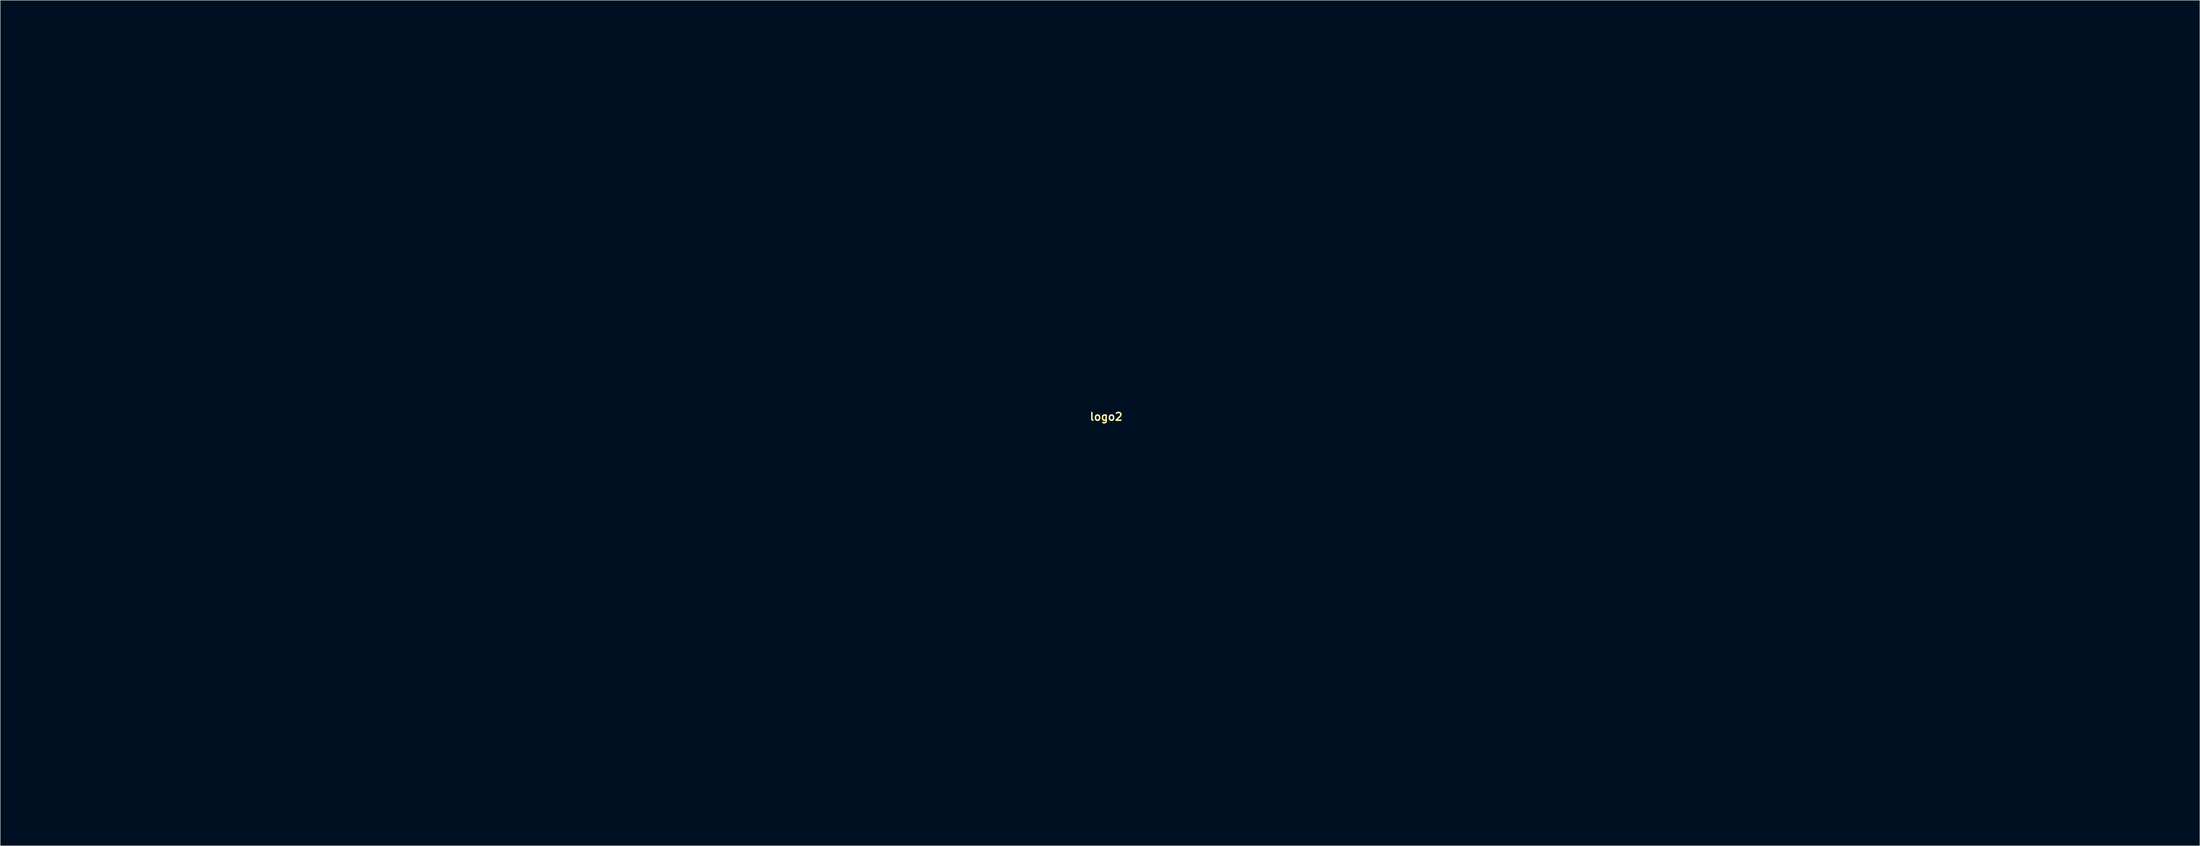
<source format=kicad_pcb>
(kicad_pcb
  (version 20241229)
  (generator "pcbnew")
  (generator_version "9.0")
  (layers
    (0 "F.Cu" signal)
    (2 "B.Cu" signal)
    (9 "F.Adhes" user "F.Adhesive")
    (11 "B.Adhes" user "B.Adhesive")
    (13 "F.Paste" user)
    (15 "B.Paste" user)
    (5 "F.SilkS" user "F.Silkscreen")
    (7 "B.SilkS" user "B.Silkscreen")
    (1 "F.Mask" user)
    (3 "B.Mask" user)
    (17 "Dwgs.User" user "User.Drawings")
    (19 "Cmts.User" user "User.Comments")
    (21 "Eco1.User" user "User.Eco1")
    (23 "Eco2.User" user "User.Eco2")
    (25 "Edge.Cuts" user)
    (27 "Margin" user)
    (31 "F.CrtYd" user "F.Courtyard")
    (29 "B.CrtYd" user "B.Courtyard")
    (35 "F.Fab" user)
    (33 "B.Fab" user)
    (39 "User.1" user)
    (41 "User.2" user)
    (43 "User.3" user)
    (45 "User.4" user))
  (footprint "logo2"
    (layer "F.Cu")
    (at 215.508 79.316)
    (property "Reference" "logo2" (at 0 0 0) (layer "F.SilkS") (effects (font (size 1.524 1.524) (thickness 0.3))))
    (attr through_hole)
    (fp_poly (pts (xy 63.147 -49.918) (xy 63.09 -49.395) (xy 62.798 -49.134) (xy 62.091 -49.044) (xy 61.383 -49.036) (xy 59.619 -49.036) (xy 59.619 -38.806) (xy 57.856 -38.806) (xy 57.856 -49.036) (xy 56.092 -49.036) (xy 55.045 -49.065) (xy 54.523 -49.211) (xy 54.344 -49.564) (xy 54.328 -49.918) (xy 54.328 -50.8) (xy 63.147 -50.8) (xy 63.147 -49.918)) (stroke (width 0.01) (type solid)) (fill no) (layer "Eco2.User"))
    (fp_poly (pts (xy 135.114 43.921) (xy 135.057 44.444) (xy 134.765 44.705) (xy 134.058 44.794) (xy 133.35 44.803) (xy 131.586 44.803) (xy 131.586 55.033) (xy 129.822 55.033) (xy 129.822 44.803) (xy 128.058 44.803) (xy 127.011 44.774) (xy 126.489 44.628) (xy 126.311 44.275) (xy 126.294 43.921) (xy 126.294 43.039) (xy 135.114 43.039) (xy 135.114 43.921)) (stroke (width 0.01) (type solid)) (fill no) (layer "Eco2.User"))
    (fp_poly (pts (xy 81.429 48.127) (xy 81.378 50.132) (xy 81.315 51.559) (xy 81.22 52.536) (xy 81.071 53.191) (xy 80.849 53.652) (xy 80.533 54.046) (xy 80.46 54.124) (xy 79.811 54.679) (xy 79.048 54.952) (xy 77.897 55.032) (xy 77.688 55.033) (xy 76.586 55.002) (xy 76.051 54.876) (xy 75.945 54.613) (xy 75.986 54.475) (xy 76.177 53.787) (xy 76.2 53.57) (xy 76.475 53.382) (xy 76.906 53.446) (xy 77.877 53.59) (xy 78.617 53.294) (xy 79.149 52.504) (xy 79.496 51.169) (xy 79.681 49.236) (xy 79.728 47.043) (xy 79.728 43.039) (xy 81.544 43.039) (xy 81.429 48.127)) (stroke (width 0.01) (type solid)) (fill no) (layer "Eco2.User"))
    (fp_poly (pts (xy -156.793 -66.593) (xy -156.586 -66.045) (xy -156.44 -65) (xy -156.362 -63.664) (xy -156.356 -62.242) (xy -156.427 -60.941) (xy -156.581 -59.966) (xy -156.618 -59.844) (xy -157.164 -58.729) (xy -157.958 -57.651) (xy -158.099 -57.502) (xy -158.848 -56.859) (xy -159.613 -56.544) (xy -160.699 -56.447) (xy -161.054 -56.444) (xy -162.152 -56.466) (xy -162.742 -56.602) (xy -163.018 -56.964) (xy -163.172 -57.622) (xy -163.163 -59.033) (xy -162.888 -60.009) (xy -162.471 -60.717) (xy -161.741 -61.69) (xy -160.804 -62.813) (xy -159.769 -63.968) (xy -158.743 -65.04) (xy -157.833 -65.913) (xy -157.149 -66.47) (xy -156.795 -66.596) (xy -156.793 -66.593)) (stroke (width 0.01) (type solid)) (fill no) (layer "Eco2.User"))
    (fp_poly (pts (xy 74.015 -50.764) (xy 74.279 -50.552) (xy 74.4 -50.012) (xy 74.435 -48.989) (xy 74.436 -48.331) (xy 74.436 -45.861) (xy 79.728 -45.861) (xy 79.728 -48.331) (xy 79.741 -49.621) (xy 79.816 -50.359) (xy 80.009 -50.699) (xy 80.375 -50.796) (xy 80.61 -50.8) (xy 81.492 -50.8) (xy 81.492 -38.806) (xy 80.61 -38.806) (xy 80.172 -38.836) (xy 79.91 -39.022) (xy 79.779 -39.508) (xy 79.733 -40.438) (xy 79.728 -41.628) (xy 79.728 -44.45) (xy 74.436 -44.45) (xy 74.436 -41.628) (xy 74.427 -40.228) (xy 74.369 -39.39) (xy 74.217 -38.969) (xy 73.926 -38.823) (xy 73.554 -38.806) (xy 72.672 -38.806) (xy 72.672 -50.8) (xy 73.554 -50.8) (xy 74.015 -50.764)) (stroke (width 0.01) (type solid)) (fill no) (layer "Eco2.User"))
    (fp_poly (pts (xy 25.022 43.121) (xy 26.465 43.449) (xy 27.531 43.961) (xy 27.677 44.083) (xy 28.544 45.296) (xy 28.811 46.619) (xy 28.542 47.922) (xy 27.803 49.075) (xy 26.657 49.946) (xy 25.169 50.407) (xy 24.536 50.447) (xy 23.283 50.447) (xy 23.283 55.033) (xy 21.167 55.033) (xy 21.167 48.137) (xy 23.334 48.137) (xy 23.499 48.841) (xy 23.953 49.042) (xy 24.8 48.838) (xy 25.282 48.661) (xy 26.275 48.117) (xy 26.726 47.334) (xy 26.806 46.522) (xy 26.588 45.549) (xy 25.87 44.97) (xy 24.67 44.725) (xy 23.46 44.626) (xy 23.355 46.831) (xy 23.334 48.137) (xy 21.167 48.137) (xy 21.167 43.405) (xy 22.065 43.18) (xy 23.468 43.016) (xy 25.022 43.121)) (stroke (width 0.01) (type solid)) (fill no) (layer "Eco2.User"))
    (fp_poly (pts (xy 96.979 43.045) (xy 97.958 43.087) (xy 98.496 43.198) (xy 98.725 43.415) (xy 98.777 43.772) (xy 98.778 43.921) (xy 98.741 44.382) (xy 98.53 44.645) (xy 97.99 44.767) (xy 96.967 44.801) (xy 96.308 44.803) (xy 93.839 44.803) (xy 93.839 47.978) (xy 96.132 47.978) (xy 97.365 47.993) (xy 98.051 48.081) (xy 98.351 48.301) (xy 98.424 48.716) (xy 98.425 48.86) (xy 98.385 49.334) (xy 98.158 49.598) (xy 97.585 49.713) (xy 96.506 49.741) (xy 96.132 49.742) (xy 93.839 49.742) (xy 93.839 53.269) (xy 96.485 53.269) (xy 97.831 53.28) (xy 98.619 53.346) (xy 99 53.517) (xy 99.121 53.842) (xy 99.131 54.151) (xy 99.131 55.033) (xy 92.075 55.033) (xy 92.075 43.039) (xy 95.426 43.039) (xy 96.979 43.045)) (stroke (width 0.01) (type solid)) (fill no) (layer "Eco2.User"))
    (fp_poly (pts (xy 97.332 -50.794) (xy 98.311 -50.752) (xy 98.849 -50.641) (xy 99.078 -50.424) (xy 99.13 -50.067) (xy 99.131 -49.918) (xy 99.094 -49.457) (xy 98.883 -49.194) (xy 98.343 -49.072) (xy 97.32 -49.038) (xy 96.661 -49.036) (xy 94.192 -49.036) (xy 94.192 -45.861) (xy 96.485 -45.861) (xy 97.726 -45.839) (xy 98.418 -45.741) (xy 98.716 -45.519) (xy 98.778 -45.156) (xy 98.706 -44.774) (xy 98.388 -44.561) (xy 97.667 -44.469) (xy 96.485 -44.45) (xy 94.192 -44.45) (xy 94.192 -40.569) (xy 96.661 -40.569) (xy 97.951 -40.556) (xy 98.69 -40.481) (xy 99.03 -40.288) (xy 99.126 -39.923) (xy 99.131 -39.688) (xy 99.107 -39.279) (xy 98.949 -39.021) (xy 98.525 -38.88) (xy 97.701 -38.819) (xy 96.346 -38.806) (xy 95.779 -38.806) (xy 92.428 -38.806) (xy 92.428 -50.8) (xy 95.779 -50.8) (xy 97.332 -50.794)) (stroke (width 0.01) (type solid)) (fill no) (layer "Eco2.User"))
    (fp_poly (pts (xy 116.09 43.104) (xy 116.998 43.324) (xy 117.416 43.735) (xy 117.475 44.076) (xy 117.381 44.693) (xy 116.993 44.913) (xy 116.154 44.797) (xy 115.792 44.706) (xy 114.203 44.592) (xy 112.813 45.047) (xy 111.686 45.947) (xy 110.888 47.167) (xy 110.485 48.585) (xy 110.543 50.075) (xy 111.127 51.513) (xy 111.768 52.312) (xy 112.597 53.014) (xy 113.432 53.327) (xy 114.551 53.387) (xy 115.664 53.348) (xy 116.524 53.272) (xy 116.748 53.231) (xy 117.203 53.37) (xy 117.409 53.885) (xy 117.302 54.469) (xy 117.069 54.721) (xy 116.23 54.972) (xy 114.972 55.048) (xy 113.558 54.964) (xy 112.248 54.735) (xy 111.302 54.378) (xy 111.301 54.377) (xy 109.966 53.36) (xy 109.146 52.187) (xy 108.7 50.794) (xy 108.507 48.579) (xy 108.91 46.634) (xy 109.853 45.035) (xy 111.277 43.858) (xy 113.126 43.178) (xy 114.589 43.039) (xy 116.09 43.104)) (stroke (width 0.01) (type solid)) (fill no) (layer "Eco2.User"))
    (fp_poly (pts (xy -142.38 -66.242) (xy -141.883 -65.849) (xy -141.096 -65.085) (xy -139.938 -63.893) (xy -139.239 -63.165) (xy -137.686 -61.517) (xy -136.573 -60.244) (xy -135.831 -59.232) (xy -135.387 -58.372) (xy -135.172 -57.549) (xy -135.114 -56.653) (xy -135.114 -56.627) (xy -135.177 -55.424) (xy -135.468 -54.732) (xy -136.135 -54.414) (xy -137.329 -54.329) (xy -137.594 -54.328) (xy -138.902 -54.388) (xy -139.808 -54.63) (xy -140.607 -55.14) (xy -140.781 -55.283) (xy -141.983 -56.592) (xy -142.748 -58.19) (xy -142.981 -59.443) (xy -140.053 -59.443) (xy -139.876 -59.267) (xy -139.7 -59.443) (xy -139.876 -59.619) (xy -140.053 -59.443) (xy -142.981 -59.443) (xy -143.113 -60.149) (xy -140.406 -60.149) (xy -140.229 -59.972) (xy -140.053 -60.149) (xy -140.229 -60.325) (xy -140.406 -60.149) (xy -143.113 -60.149) (xy -143.123 -60.204) (xy -143.178 -61.913) (xy -143.134 -63.4) (xy -143.049 -64.736) (xy -142.939 -65.664) (xy -142.921 -65.753) (xy -142.82 -66.138) (xy -142.666 -66.32) (xy -142.38 -66.242)) (stroke (width 0.01) (type solid)) (fill no) (layer "Eco2.User"))
    (fp_poly (pts (xy 64.172 43.562) (xy 65.575 44.544) (xy 66.515 46.047) (xy 66.978 48.055) (xy 67.028 49.118) (xy 66.746 51.223) (xy 65.941 52.926) (xy 64.67 54.166) (xy 62.991 54.88) (xy 61.596 55.032) (xy 59.681 54.777) (xy 58.625 54.317) (xy 57.402 53.181) (xy 56.563 51.583) (xy 56.178 49.695) (xy 56.2 48.44) (xy 56.25 48.223) (xy 58.278 48.223) (xy 58.303 49.53) (xy 58.435 50.79) (xy 58.7 51.618) (xy 59.211 52.285) (xy 59.563 52.616) (xy 60.791 53.42) (xy 61.956 53.534) (xy 63.141 52.959) (xy 63.513 52.652) (xy 64.526 51.293) (xy 65.004 49.597) (xy 64.898 47.739) (xy 64.893 47.713) (xy 64.463 46.685) (xy 63.727 45.667) (xy 62.868 44.86) (xy 62.067 44.463) (xy 61.93 44.45) (xy 60.601 44.773) (xy 59.403 45.644) (xy 58.895 46.293) (xy 58.454 47.197) (xy 58.278 48.223) (xy 56.25 48.223) (xy 56.686 46.312) (xy 57.637 44.703) (xy 59.029 43.634) (xy 60.837 43.128) (xy 62.317 43.117) (xy 64.172 43.562)) (stroke (width 0.01) (type solid)) (fill no) (layer "Eco2.User"))
    (fp_poly (pts (xy -156.689 24.578) (xy -155.463 24.953) (xy -154.073 25.471) (xy -152.639 26.088) (xy -151.276 26.761) (xy -150.103 27.449) (xy -149.438 27.932) (xy -148.423 29.011) (xy -147.495 30.414) (xy -146.786 31.897) (xy -146.429 33.215) (xy -146.41 33.514) (xy -146.557 34.321) (xy -146.935 35.453) (xy -147.272 36.248) (xy -147.819 37.318) (xy -148.281 37.879) (xy -148.811 38.083) (xy -149.127 38.1) (xy -150.05 37.901) (xy -151.119 37.407) (xy -151.392 37.236) (xy -152.222 36.6) (xy -152.772 36.048) (xy -152.854 35.913) (xy -153.63 34.078) (xy -154.46 32.169) (xy -155.288 30.307) (xy -155.498 29.846) (xy -152.224 29.846) (xy -151.967 30.373) (xy -151.754 30.71) (xy -151.131 31.704) (xy -150.625 32.593) (xy -150.56 32.722) (xy -150.214 33.261) (xy -150.007 33.355) (xy -150.078 32.988) (xy -150.434 32.22) (xy -150.774 31.608) (xy -151.385 30.65) (xy -151.92 29.953) (xy -152.13 29.759) (xy -152.224 29.846) (xy -155.498 29.846) (xy -156.061 28.612) (xy -156.721 27.208) (xy -157.215 26.214) (xy -157.481 25.759) (xy -158.017 25.049) (xy -158.218 24.734) (xy -158.184 24.426) (xy -157.635 24.388) (xy -156.689 24.578)) (stroke (width 0.01) (type solid)) (fill no) (layer "Eco2.User"))
    (fp_poly (pts (xy -127.565 -78.637) (xy -125.493 -78.192) (xy -124.341 -77.758) (xy -123.489 -77.153) (xy -122.548 -76.174) (xy -121.62 -74.977) (xy -120.807 -73.714) (xy -120.211 -72.54) (xy -119.934 -71.609) (xy -119.985 -71.185) (xy -120.733 -70.349) (xy -121.968 -69.528) (xy -123.476 -68.818) (xy -125.044 -68.317) (xy -126.459 -68.124) (xy -126.647 -68.128) (xy -127.157 -68.193) (xy -128.236 -68.357) (xy -129.759 -68.601) (xy -131.601 -68.904) (xy -133.174 -69.168) (xy -135.398 -69.517) (xy -137.616 -69.819) (xy -139.637 -70.05) (xy -141.268 -70.187) (xy -141.955 -70.214) (xy -144.74 -70.246) (xy -143.366 -71.664) (xy -141.577 -73.298) (xy -134.219 -73.298) (xy -134.093 -73.211) (xy -133.498 -73.164) (xy -132.361 -73.146) (xy -130.608 -73.146) (xy -130.056 -73.148) (xy -128.156 -73.173) (xy -126.798 -73.231) (xy -126.034 -73.319) (xy -125.914 -73.433) (xy -125.967 -73.456) (xy -127.285 -73.766) (xy -129.003 -73.934) (xy -130.829 -73.955) (xy -132.468 -73.822) (xy -133.35 -73.632) (xy -133.947 -73.435) (xy -134.219 -73.298) (xy -141.577 -73.298) (xy -141.021 -73.806) (xy -138.439 -75.684) (xy -135.78 -77.201) (xy -133.208 -78.259) (xy -131.726 -78.643) (xy -129.754 -78.801) (xy -127.565 -78.637)) (stroke (width 0.01) (type solid)) (fill no) (layer "Eco2.User"))
    (fp_poly (pts (xy -94.098 -59.239) (xy -93.009 -57.616) (xy -92.035 -55.655) (xy -91.24 -53.545) (xy -90.689 -51.481) (xy -90.448 -49.654) (xy -90.501 -48.606) (xy -90.983 -46.596) (xy -91.729 -45.114) (xy -92.869 -43.995) (xy -94.534 -43.076) (xy -95.058 -42.854) (xy -96.157 -42.431) (xy -96.807 -42.279) (xy -97.206 -42.38) (xy -97.484 -42.643) (xy -98.191 -43.613) (xy -98.612 -44.643) (xy -98.742 -45.841) (xy -98.66 -46.567) (xy -95.25 -46.567) (xy -95.121 -46.276) (xy -95.015 -46.331) (xy -94.973 -46.75) (xy -95.015 -46.802) (xy -95.225 -46.753) (xy -95.25 -46.567) (xy -98.66 -46.567) (xy -98.575 -47.313) (xy -98.5 -47.607) (xy -94.775 -47.607) (xy -94.654 -47.556) (xy -94.515 -47.747) (xy -94.281 -48.44) (xy -94.084 -49.564) (xy -93.989 -50.569) (xy -93.924 -51.723) (xy -93.918 -52.215) (xy -93.985 -52.088) (xy -94.14 -51.385) (xy -94.189 -51.153) (xy -94.547 -49.354) (xy -94.741 -48.19) (xy -94.775 -47.607) (xy -98.5 -47.607) (xy -98.106 -49.168) (xy -97.329 -51.513) (xy -97.013 -52.391) (xy -96.355 -54.244) (xy -95.775 -55.984) (xy -95.324 -57.445) (xy -95.055 -58.463) (xy -95.018 -58.654) (xy -94.788 -60.091) (xy -94.098 -59.239)) (stroke (width 0.01) (type solid)) (fill no) (layer "Eco2.User"))
    (fp_poly (pts (xy -206.034 -56.887) (xy -205.915 -56.296) (xy -205.594 -55.174) (xy -205.112 -53.653) (xy -204.51 -51.863) (xy -204.082 -50.639) (xy -203.204 -48.072) (xy -202.604 -46.045) (xy -202.267 -44.452) (xy -202.181 -43.19) (xy -202.333 -42.156) (xy -202.708 -41.245) (xy -202.843 -41.01) (xy -203.307 -40.329) (xy -203.769 -39.994) (xy -204.402 -39.988) (xy -205.381 -40.297) (xy -206.375 -40.696) (xy -208.018 -41.596) (xy -209.17 -42.806) (xy -209.851 -44.274) (xy -206.022 -44.274) (xy -205.846 -44.097) (xy -205.669 -44.274) (xy -205.846 -44.45) (xy -206.022 -44.274) (xy -209.851 -44.274) (xy -209.941 -44.467) (xy -210.258 -45.697) (xy -210.461 -47.06) (xy -210.412 -48.289) (xy -210.278 -48.928) (xy -207.039 -48.928) (xy -206.995 -48.168) (xy -206.844 -47.177) (xy -206.633 -46.164) (xy -206.409 -45.339) (xy -206.217 -44.913) (xy -206.156 -44.904) (xy -206.156 -45.287) (xy -206.278 -46.174) (xy -206.494 -47.379) (xy -206.513 -47.475) (xy -206.748 -48.513) (xy -206.932 -49.059) (xy -207.032 -49.022) (xy -207.039 -48.928) (xy -210.278 -48.928) (xy -210.112 -49.723) (xy -209.531 -51.534) (xy -208.726 -53.457) (xy -207.815 -55.238) (xy -206.917 -56.625) (xy -206.778 -56.798) (xy -206.046 -57.679) (xy -206.034 -56.887)) (stroke (width 0.01) (type solid)) (fill no) (layer "Eco2.User"))
    (fp_poly (pts (xy 43.433 43.239) (xy 44.97 43.759) (xy 46.005 44.624) (xy 46.486 45.778) (xy 46.356 47.167) (xy 46.1 47.82) (xy 45.63 48.605) (xy 45.198 49.018) (xy 45.121 49.036) (xy 44.969 49.272) (xy 45.263 49.862) (xy 45.693 50.729) (xy 46.105 51.884) (xy 46.206 52.243) (xy 46.493 53.336) (xy 46.731 54.215) (xy 46.788 54.416) (xy 46.772 54.859) (xy 46.265 55.023) (xy 45.92 55.033) (xy 45.3 54.976) (xy 44.921 54.69) (xy 44.646 54.004) (xy 44.44 53.181) (xy 43.942 51.583) (xy 43.305 50.6) (xy 42.459 50.148) (xy 41.926 50.094) (xy 40.922 50.094) (xy 40.922 52.564) (xy 40.909 53.854) (xy 40.834 54.592) (xy 40.641 54.933) (xy 40.275 55.029) (xy 40.032 55.033) (xy 39.141 55.033) (xy 39.238 49.124) (xy 39.258 47.905) (xy 40.981 47.905) (xy 41.192 48.551) (xy 41.744 48.677) (xy 42.759 48.363) (xy 43.227 48.172) (xy 44.069 47.709) (xy 44.408 47.128) (xy 44.45 46.628) (xy 44.2 45.543) (xy 43.427 44.903) (xy 42.255 44.679) (xy 41.099 44.626) (xy 40.993 46.655) (xy 40.981 47.905) (xy 39.258 47.905) (xy 39.335 43.215) (xy 41.451 43.12) (xy 43.433 43.239)) (stroke (width 0.01) (type solid)) (fill no) (layer "Eco2.User"))
    (fp_poly (pts (xy -183.618 -75.433) (xy -183.693 -75.075) (xy -184.017 -74.264) (xy -184.513 -73.193) (xy -184.962 -72.14) (xy -185.547 -70.573) (xy -186.212 -68.658) (xy -186.898 -66.56) (xy -187.354 -65.088) (xy -188.209 -62.346) (xy -188.946 -60.198) (xy -189.612 -58.554) (xy -190.253 -57.32) (xy -190.917 -56.405) (xy -191.651 -55.717) (xy -192.361 -55.243) (xy -193.84 -54.46) (xy -194.894 -54.117) (xy -195.646 -54.204) (xy -196.215 -54.712) (xy -196.349 -54.914) (xy -196.945 -55.862) (xy -197.667 -56.98) (xy -197.856 -57.267) (xy -198.567 -58.774) (xy -198.659 -59.303) (xy -194.697 -59.303) (xy -194.607 -59.245) (xy -194.285 -59.853) (xy -193.736 -61.129) (xy -193.703 -61.207) (xy -192.967 -62.869) (xy -192.082 -64.678) (xy -191.39 -65.969) (xy -190.754 -67.106) (xy -190.454 -67.707) (xy -190.473 -67.849) (xy -190.791 -67.603) (xy -191.034 -67.381) (xy -192.092 -66.075) (xy -193.1 -64.237) (xy -193.968 -62.035) (xy -194.165 -61.407) (xy -194.551 -60.025) (xy -194.697 -59.303) (xy -198.659 -59.303) (xy -198.897 -60.661) (xy -198.901 -60.718) (xy -198.745 -63.296) (xy -197.91 -65.753) (xy -196.414 -68.064) (xy -194.278 -70.205) (xy -191.522 -72.149) (xy -188.953 -73.514) (xy -187.262 -74.273) (xy -185.759 -74.881) (xy -184.567 -75.293) (xy -183.811 -75.464) (xy -183.618 -75.433)) (stroke (width 0.01) (type solid)) (fill no) (layer "Eco2.User"))
    (fp_poly (pts (xy -155.143 7.062) (xy -151.333 7.254) (xy -148.067 7.831) (xy -145.287 8.812) (xy -142.933 10.219) (xy -141.141 11.853) (xy -139.818 13.499) (xy -139.047 15.039) (xy -138.763 16.699) (xy -138.899 18.701) (xy -138.982 19.226) (xy -139.262 20.865) (xy -139.493 21.932) (xy -139.76 22.549) (xy -140.149 22.838) (xy -140.745 22.92) (xy -141.576 22.917) (xy -142.925 22.8) (xy -144.206 22.522) (xy -144.636 22.369) (xy -145.341 22.028) (xy -145.995 21.608) (xy -146.68 21.025) (xy -147.476 20.197) (xy -148.463 19.041) (xy -149.164 18.168) (xy -142.875 18.168) (xy -142.699 18.344) (xy -142.522 18.168) (xy -142.699 17.992) (xy -142.875 18.168) (xy -149.164 18.168) (xy -149.721 17.475) (xy -151.109 15.699) (xy -152.494 13.955) (xy -153.916 12.232) (xy -154.49 11.563) (xy -149.754 11.563) (xy -148.167 12.919) (xy -147.016 13.929) (xy -145.7 15.123) (xy -144.815 15.95) (xy -143.709 16.978) (xy -143.077 17.51) (xy -142.904 17.555) (xy -143.175 17.126) (xy -143.253 17.022) (xy -144.353 15.711) (xy -145.656 14.387) (xy -146.97 13.228) (xy -148.105 12.412) (xy -148.343 12.28) (xy -149.754 11.563) (xy -154.49 11.563) (xy -155.242 10.687) (xy -156.338 9.477) (xy -156.72 9.084) (xy -158.768 7.056) (xy -155.143 7.062)) (stroke (width 0.01) (type solid)) (fill no) (layer "Eco2.User"))
    (fp_poly (pts (xy -167.334 -78.877) (xy -165.125 -78.075) (xy -163.728 -77.22) (xy -162.075 -75.932) (xy -160.318 -74.354) (xy -158.608 -72.628) (xy -157.099 -70.895) (xy -156.313 -69.856) (xy -155.543 -68.672) (xy -155.261 -67.97) (xy -155.483 -67.711) (xy -156.226 -67.853) (xy -156.986 -68.137) (xy -157.593 -68.26) (xy -158.786 -68.399) (xy -160.448 -68.545) (xy -162.461 -68.688) (xy -164.706 -68.816) (xy -165.453 -68.853) (xy -167.79 -68.977) (xy -169.971 -69.117) (xy -171.869 -69.263) (xy -173.355 -69.406) (xy -174.299 -69.535) (xy -174.448 -69.567) (xy -175.378 -69.978) (xy -176.471 -70.711) (xy -177.562 -71.619) (xy -178.486 -72.558) (xy -179.08 -73.38) (xy -179.211 -73.799) (xy -178.97 -74.258) (xy -178.865 -74.388) (xy -174.801 -74.388) (xy -172.156 -74.053) (xy -170.381 -73.774) (xy -168.445 -73.388) (xy -167.04 -73.05) (xy -165.477 -72.642) (xy -164.566 -72.445) (xy -164.284 -72.463) (xy -164.61 -72.702) (xy -165.521 -73.166) (xy -165.806 -73.303) (xy -166.87 -73.757) (xy -167.903 -74.046) (xy -169.131 -74.212) (xy -170.781 -74.295) (xy -171.274 -74.308) (xy -174.801 -74.388) (xy -178.865 -74.388) (xy -178.324 -75.059) (xy -177.387 -76.067) (xy -176.809 -76.64) (xy -175.588 -77.777) (xy -174.67 -78.503) (xy -173.878 -78.927) (xy -173.039 -79.158) (xy -172.72 -79.212) (xy -170.049 -79.311) (xy -167.334 -78.877)) (stroke (width 0.01) (type solid)) (fill no) (layer "Eco2.User"))
    (fp_poly (pts (xy -170.577 -59.285) (xy -169.691 -57.473) (xy -168.93 -55.836) (xy -168.348 -54.497) (xy -167.999 -53.577) (xy -167.922 -53.247) (xy -168.161 -52.537) (xy -168.756 -51.69) (xy -168.953 -51.478) (xy -170.065 -50.717) (xy -171.274 -50.423) (xy -172.419 -50.563) (xy -173.334 -51.102) (xy -173.856 -52.004) (xy -173.919 -52.527) (xy -173.599 -53.872) (xy -172.643 -54.916) (xy -172.145 -55.215) (xy -171.096 -55.757) (xy -172.16 -57.865) (xy -172.722 -58.928) (xy -173.171 -59.686) (xy -173.408 -59.972) (xy -173.817 -59.757) (xy -174.575 -59.199) (xy -175.526 -58.431) (xy -176.514 -57.587) (xy -177.383 -56.798) (xy -177.976 -56.198) (xy -178.148 -55.94) (xy -178 -55.488) (xy -177.604 -54.545) (xy -177.02 -53.253) (xy -176.384 -51.905) (xy -175.68 -50.384) (xy -175.111 -49.042) (xy -174.739 -48.037) (xy -174.625 -47.556) (xy -174.863 -46.878) (xy -175.455 -46.049) (xy -175.656 -45.834) (xy -176.845 -45.035) (xy -178.145 -44.782) (xy -179.357 -45.092) (xy -179.917 -45.508) (xy -180.54 -46.55) (xy -180.535 -47.676) (xy -179.94 -48.741) (xy -178.847 -49.571) (xy -177.799 -50.113) (xy -178.814 -52.132) (xy -179.524 -53.593) (xy -180.247 -55.153) (xy -180.618 -55.993) (xy -181.406 -57.835) (xy -180.397 -58.679) (xy -179.708 -59.251) (xy -178.636 -60.138) (xy -177.341 -61.205) (xy -176.31 -62.054) (xy -173.232 -64.586) (xy -170.577 -59.285)) (stroke (width 0.01) (type solid)) (fill no) (layer "Eco2.User"))
    (fp_poly (pts (xy -131.896 -48.576) (xy -131.886 -48.183) (xy -132.227 -47.399) (xy -132.25 -47.354) (xy -132.534 -46.668) (xy -132.817 -45.694) (xy -133.112 -44.364) (xy -133.432 -42.613) (xy -133.787 -40.373) (xy -134.19 -37.577) (xy -134.652 -34.159) (xy -134.746 -33.446) (xy -135.03 -31.508) (xy -135.344 -29.729) (xy -135.655 -28.271) (xy -135.932 -27.296) (xy -136.016 -27.096) (xy -136.889 -25.729) (xy -138.024 -24.457) (xy -139.261 -23.418) (xy -140.439 -22.75) (xy -141.207 -22.578) (xy -141.648 -22.828) (xy -142.404 -23.494) (xy -143.339 -24.452) (xy -143.708 -24.861) (xy -144.714 -26.075) (xy -145.582 -27.261) (xy -145.631 -27.34) (xy -141.474 -27.34) (xy -140.802 -30.339) (xy -140.325 -32.216) (xy -139.71 -34.307) (xy -139.085 -36.173) (xy -139.058 -36.248) (xy -138.592 -37.542) (xy -138.254 -38.54) (xy -138.092 -39.094) (xy -138.09 -39.158) (xy -138.328 -38.893) (xy -138.807 -38.221) (xy -139.065 -37.835) (xy -140.316 -35.319) (xy -141.077 -32.311) (xy -141.306 -30.163) (xy -141.474 -27.34) (xy -145.631 -27.34) (xy -146.159 -28.202) (xy -146.24 -28.377) (xy -146.662 -30.13) (xy -146.684 -32.248) (xy -146.331 -34.528) (xy -145.624 -36.769) (xy -145.179 -37.747) (xy -143.95 -39.649) (xy -142.181 -41.669) (xy -139.999 -43.692) (xy -137.529 -45.603) (xy -134.897 -47.285) (xy -134.634 -47.434) (xy -133.209 -48.2) (xy -132.317 -48.581) (xy -131.896 -48.576)) (stroke (width 0.01) (type solid)) (fill no) (layer "Eco2.User"))
    (fp_poly (pts (xy -116.254 -75.335) (xy -115.078 -74.905) (xy -113.608 -74.279) (xy -112.003 -73.529) (xy -110.424 -72.73) (xy -109.033 -71.955) (xy -108.426 -71.579) (xy -105.866 -69.582) (xy -103.917 -67.338) (xy -102.602 -64.889) (xy -101.949 -62.276) (xy -101.878 -61.148) (xy -101.929 -60.106) (xy -102.157 -59.149) (xy -102.637 -58.053) (xy -103.406 -56.662) (xy -104.159 -55.462) (xy -104.845 -54.542) (xy -105.352 -54.044) (xy -105.481 -53.995) (xy -106.115 -54.133) (xy -107.067 -54.483) (xy -107.421 -54.638) (xy -109.071 -55.66) (xy -110.496 -57.027) (xy -111.294 -58.201) (xy -111.607 -58.965) (xy -112.018 -60.173) (xy -112.447 -61.586) (xy -112.517 -61.834) (xy -113.24 -64.325) (xy -113.995 -66.764) (xy -114.108 -67.106) (xy -109.9 -67.106) (xy -109.681 -66.51) (xy -109.162 -65.408) (xy -108.476 -64.038) (xy -107.723 -62.513) (xy -107.106 -61.184) (xy -106.69 -60.194) (xy -106.539 -59.688) (xy -106.439 -59.322) (xy -106.339 -59.349) (xy -106.302 -59.779) (xy -106.441 -60.635) (xy -106.55 -61.083) (xy -107.143 -62.869) (xy -107.92 -64.609) (xy -108.771 -66.083) (xy -109.528 -67.019) (xy -109.842 -67.255) (xy -109.9 -67.106) (xy -114.108 -67.106) (xy -114.744 -69.037) (xy -115.446 -71.03) (xy -116.064 -72.632) (xy -116.557 -73.726) (xy -116.757 -74.065) (xy -117.311 -74.912) (xy -117.428 -75.345) (xy -117.127 -75.489) (xy -116.974 -75.494) (xy -116.254 -75.335)) (stroke (width 0.01) (type solid)) (fill no) (layer "Eco2.User"))
    (fp_poly (pts (xy -212.563 -16.443) (xy -211.654 -16.225) (xy -210.376 -15.854) (xy -209.308 -15.514) (xy -205.599 -14.229) (xy -202.007 -12.863) (xy -198.622 -11.457) (xy -195.535 -10.053) (xy -192.836 -8.693) (xy -190.617 -7.417) (xy -188.966 -6.268) (xy -188.654 -6.006) (xy -187.292 -4.455) (xy -186.123 -2.465) (xy -185.288 -0.299) (xy -185.015 0.91) (xy -184.786 2.339) (xy -187.044 3.45) (xy -190.02 4.662) (xy -192.953 5.374) (xy -195.717 5.568) (xy -198.19 5.226) (xy -198.513 5.133) (xy -200.533 4.305) (xy -202.548 3.056) (xy -204.69 1.297) (xy -205.629 0.415) (xy -207.045 -1.071) (xy -208.192 -2.577) (xy -209.146 -4.249) (xy -209.459 -4.994) (xy -201.188 -4.994) (xy -201.07 -4.777) (xy -200.552 -4.299) (xy -199.685 -3.621) (xy -198.841 -3.018) (xy -197.474 -2.174) (xy -195.923 -1.365) (xy -194.381 -0.678) (xy -193.042 -0.199) (xy -192.099 -0.014) (xy -192.088 -0.013) (xy -192.096 -0.15) (xy -192.649 -0.524) (xy -193.649 -1.077) (xy -194.91 -1.708) (xy -196.544 -2.517) (xy -198.122 -3.336) (xy -199.424 -4.049) (xy -200.025 -4.406) (xy -200.857 -4.89) (xy -201.188 -4.994) (xy -209.459 -4.994) (xy -209.807 -5.821) (xy -202.494 -5.821) (xy -202.318 -5.644) (xy -202.142 -5.821) (xy -202.318 -5.997) (xy -202.494 -5.821) (xy -209.807 -5.821) (xy -209.979 -6.229) (xy -210.767 -8.663) (xy -211.342 -10.76) (xy -211.796 -12.448) (xy -212.22 -13.929) (xy -212.566 -15.044) (xy -212.788 -15.636) (xy -212.791 -15.641) (xy -212.994 -16.24) (xy -212.952 -16.471) (xy -212.563 -16.443)) (stroke (width 0.01) (type solid)) (fill no) (layer "Eco2.User"))
    (fp_poly (pts (xy -103.82 8.246) (xy -103.792 8.736) (xy -104.103 9.72) (xy -104.711 11.093) (xy -105.575 12.753) (xy -105.662 12.909) (xy -107.645 15.853) (xy -110.054 18.43) (xy -112.775 20.543) (xy -115.693 22.093) (xy -117.046 22.583) (xy -118.571 22.912) (xy -120.544 23.141) (xy -122.727 23.26) (xy -124.88 23.263) (xy -126.764 23.139) (xy -127.882 22.954) (xy -128.847 22.652) (xy -130.064 22.187) (xy -130.598 21.959) (xy -132.257 21.222) (xy -131.711 19.832) (xy -130.783 18.073) (xy -126.578 18.073) (xy -126.434 18.152) (xy -125.672 17.958) (xy -125.148 17.781) (xy -124.177 17.538) (xy -122.717 17.294) (xy -120.986 17.081) (xy -119.592 16.958) (xy -117.557 16.765) (xy -115.849 16.509) (xy -114.625 16.216) (xy -114.3 16.092) (xy -113.065 15.516) (xy -114.3 15.715) (xy -115.16 15.824) (xy -116.518 15.964) (xy -118.169 16.115) (xy -119.485 16.223) (xy -122.153 16.516) (xy -124.147 16.927) (xy -125.041 17.241) (xy -126.112 17.758) (xy -126.578 18.073) (xy -130.783 18.073) (xy -130.706 17.926) (xy -129.266 16.027) (xy -128.57 15.346) (xy -112.889 15.346) (xy -112.713 15.522) (xy -112.536 15.346) (xy -112.713 15.169) (xy -112.889 15.346) (xy -128.57 15.346) (xy -127.612 14.408) (xy -126.867 13.85) (xy -125.415 12.993) (xy -123.879 12.359) (xy -122.11 11.913) (xy -119.959 11.618) (xy -117.278 11.439) (xy -116.809 11.42) (xy -113.125 11.151) (xy -109.98 10.659) (xy -107.421 9.953) (xy -105.491 9.042) (xy -105.368 8.963) (xy -104.527 8.466) (xy -103.946 8.233) (xy -103.82 8.246)) (stroke (width 0.01) (type solid)) (fill no) (layer "Eco2.User"))
    (fp_poly (pts (xy -86.108 -16.303) (xy -86.177 -15.963) (xy -86.332 -15.408) (xy -86.632 -14.316) (xy -87.036 -12.832) (xy -87.506 -11.101) (xy -87.636 -10.62) (xy -88.205 -8.668) (xy -88.834 -6.758) (xy -89.45 -5.097) (xy -89.981 -3.894) (xy -90.025 -3.81) (xy -91.049 -2.266) (xy -92.512 -0.547) (xy -94.236 1.177) (xy -96.044 2.735) (xy -97.761 3.957) (xy -98.571 4.41) (xy -100.765 5.166) (xy -103.278 5.518) (xy -105.832 5.443) (xy -107.574 5.105) (xy -108.998 4.649) (xy -110.516 4.072) (xy -111.949 3.453) (xy -113.116 2.872) (xy -113.837 2.407) (xy -113.928 2.316) (xy -114.057 1.693) (xy -113.913 0.613) (xy -113.74 -0.024) (xy -107.086 -0.024) (xy -106.593 -0.063) (xy -105.464 -0.375) (xy -104.876 -0.566) (xy -103.116 -1.314) (xy -101.145 -2.403) (xy -99.24 -3.666) (xy -98.072 -4.588) (xy -97.553 -5.057) (xy -97.465 -5.208) (xy -97.858 -5.024) (xy -98.781 -4.489) (xy -99.307 -4.175) (xy -100.853 -3.303) (xy -102.696 -2.346) (xy -104.48 -1.486) (xy -104.775 -1.352) (xy -106.174 -0.687) (xy -106.945 -0.238) (xy -107.086 -0.024) (xy -113.74 -0.024) (xy -113.541 -0.752) (xy -112.984 -2.227) (xy -112.557 -3.136) (xy -111.599 -4.61) (xy -110.235 -6.018) (xy -108.401 -7.406) (xy -106.035 -8.82) (xy -103.072 -10.305) (xy -101.405 -11.063) (xy -100.288 -11.531) (xy -98.766 -12.131) (xy -96.958 -12.822) (xy -94.981 -13.559) (xy -92.953 -14.301) (xy -90.993 -15.005) (xy -89.218 -15.627) (xy -87.746 -16.126) (xy -86.695 -16.458) (xy -86.183 -16.581) (xy -86.18 -16.581) (xy -86.108 -16.303)) (stroke (width 0.01) (type solid)) (fill no) (layer "Eco2.User"))
    (fp_poly (pts (xy 173.561 -13.097) (xy 176.043 -12.262) (xy 178.052 -10.999) (xy 179.543 -9.32) (xy 179.958 -8.587) (xy 180.185 -8.11) (xy 180.367 -7.642) (xy 180.511 -7.104) (xy 180.622 -6.416) (xy 180.706 -5.497) (xy 180.768 -4.266) (xy 180.814 -2.644) (xy 180.85 -0.551) (xy 180.88 2.094) (xy 180.908 5.075) (xy 181.018 17.03) (xy 179.178 16.786) (xy 177.9 16.543) (xy 176.756 16.205) (xy 176.355 16.034) (xy 175.767 15.714) (xy 175.302 15.376) (xy 174.945 14.938) (xy 174.682 14.32) (xy 174.498 13.44) (xy 174.38 12.217) (xy 174.312 10.569) (xy 174.281 8.415) (xy 174.273 5.675) (xy 174.272 4.202) (xy 174.27 1.322) (xy 174.261 -0.938) (xy 174.237 -2.664) (xy 174.194 -3.941) (xy 174.124 -4.854) (xy 174.022 -5.488) (xy 173.882 -5.93) (xy 173.697 -6.265) (xy 173.507 -6.522) (xy 172.618 -7.357) (xy 171.578 -7.98) (xy 170.335 -8.292) (xy 168.64 -8.439) (xy 166.73 -8.419) (xy 164.84 -8.227) (xy 164.059 -8.085) (xy 162.278 -7.703) (xy 162.278 16.933) (xy 161.308 16.897) (xy 160.254 16.786) (xy 159.146 16.58) (xy 158.004 16.165) (xy 157.029 15.608) (xy 156.104 14.917) (xy 156.012 0.716) (xy 155.99 -2.822) (xy 155.978 -5.718) (xy 155.976 -8.034) (xy 155.988 -9.832) (xy 156.016 -11.175) (xy 156.062 -12.126) (xy 156.129 -12.748) (xy 156.219 -13.104) (xy 156.334 -13.255) (xy 156.478 -13.264) (xy 156.541 -13.244) (xy 158.225 -12.708) (xy 159.843 -12.485) (xy 161.636 -12.563) (xy 163.738 -12.909) (xy 167.363 -13.433) (xy 170.653 -13.491) (xy 173.561 -13.097)) (stroke (width 0.01) (type solid)) (fill no) (layer "Eco2.User"))
    (fp_poly (pts (xy 96.189 -27.034) (xy 98.026 -26.568) (xy 99.497 -25.767) (xy 100.443 -24.717) (xy 100.466 -24.675) (xy 100.647 -24.092) (xy 100.767 -23.097) (xy 100.83 -21.611) (xy 100.841 -19.555) (xy 100.82 -17.727) (xy 100.796 -15.753) (xy 100.794 -14.059) (xy 100.813 -12.755) (xy 100.85 -11.953) (xy 100.894 -11.748) (xy 103.141 -12.77) (xy 105.753 -13.404) (xy 108.481 -13.608) (xy 110.679 -13.417) (xy 113.425 -12.702) (xy 115.615 -11.591) (xy 117.302 -10.052) (xy 118.488 -8.152) (xy 119.415 -6.174) (xy 119.644 17.038) (xy 117.854 16.826) (xy 115.903 16.423) (xy 114.395 15.754) (xy 113.44 14.874) (xy 113.291 14.607) (xy 113.143 13.893) (xy 113.029 12.475) (xy 112.948 10.353) (xy 112.901 7.527) (xy 112.888 4.481) (xy 112.883 1.625) (xy 112.865 -0.616) (xy 112.828 -2.331) (xy 112.768 -3.609) (xy 112.679 -4.54) (xy 112.555 -5.215) (xy 112.391 -5.722) (xy 112.271 -5.985) (xy 111.245 -7.304) (xy 109.82 -8.162) (xy 108.133 -8.559) (xy 106.319 -8.496) (xy 104.515 -7.971) (xy 102.855 -6.986) (xy 101.821 -5.986) (xy 100.894 -4.885) (xy 100.894 16.933) (xy 99.748 16.918) (xy 98.628 16.783) (xy 97.4 16.472) (xy 97.255 16.422) (xy 96.196 15.951) (xy 95.331 15.412) (xy 95.227 15.325) (xy 95.084 15.175) (xy 94.964 14.967) (xy 94.862 14.646) (xy 94.779 14.158) (xy 94.711 13.448) (xy 94.658 12.463) (xy 94.617 11.148) (xy 94.588 9.448) (xy 94.568 7.31) (xy 94.555 4.678) (xy 94.548 1.499) (xy 94.545 -2.283) (xy 94.544 -6.276) (xy 94.544 -27.26) (xy 96.189 -27.034)) (stroke (width 0.01) (type solid)) (fill no) (layer "Eco2.User"))
    (fp_poly (pts (xy -159.356 -19.732) (xy -159.158 -18.662) (xy -158.977 -16.96) (xy -158.775 -14.595) (xy -158.723 -13.971) (xy -158.478 -9.12) (xy -158.6 -4.845) (xy -159.094 -1.117) (xy -159.967 2.094) (xy -161.225 4.818) (xy -162.874 7.083) (xy -162.881 7.091) (xy -163.992 8.187) (xy -165.135 8.964) (xy -166.502 9.514) (xy -168.289 9.927) (xy -169.333 10.1) (xy -171.102 10.364) (xy -172.306 10.502) (xy -173.079 10.49) (xy -173.555 10.305) (xy -173.867 9.923) (xy -174.149 9.322) (xy -174.175 9.26) (xy -174.549 7.88) (xy -174.692 6.402) (xy -169.687 6.402) (xy -169.614 6.648) (xy -169.096 6.349) (xy -168.135 5.505) (xy -167.368 4.756) (xy -165.556 2.462) (xy -164.128 -0.402) (xy -163.298 -2.985) (xy -162.998 -4.194) (xy -162.799 -5.096) (xy -162.739 -5.513) (xy -162.743 -5.522) (xy -162.931 -5.264) (xy -163.382 -4.503) (xy -164.028 -3.358) (xy -164.755 -2.03) (xy -165.764 -0.223) (xy -166.891 1.706) (xy -167.964 3.465) (xy -168.488 4.283) (xy -169.313 5.614) (xy -169.687 6.402) (xy -174.692 6.402) (xy -174.719 6.124) (xy -174.687 4.277) (xy -174.452 2.626) (xy -174.178 1.764) (xy -173.812 1.125) (xy -173.093 0.022) (xy -172.088 -1.448) (xy -170.867 -3.182) (xy -169.499 -5.083) (xy -168.83 -5.997) (xy -168.704 -6.174) (xy -162.631 -6.174) (xy -162.454 -5.997) (xy -162.278 -6.174) (xy -162.454 -6.35) (xy -162.631 -6.174) (xy -168.704 -6.174) (xy -166.267 -9.595) (xy -164.118 -12.851) (xy -162.422 -15.703) (xy -161.859 -16.757) (xy -161.035 -18.355) (xy -160.409 -19.484) (xy -159.945 -20.111) (xy -159.606 -20.205) (xy -159.356 -19.732)) (stroke (width 0.01) (type solid)) (fill no) (layer "Eco2.User"))
    (fp_poly (pts (xy -195.002 8.35) (xy -194.2 8.692) (xy -193.248 9.177) (xy -190.787 10.267) (xy -187.95 11.051) (xy -184.638 11.552) (xy -181.238 11.776) (xy -177.926 11.967) (xy -175.198 12.311) (xy -172.94 12.846) (xy -171.041 13.607) (xy -169.387 14.633) (xy -167.866 15.959) (xy -167.583 16.248) (xy -166.59 17.422) (xy -165.632 18.791) (xy -164.816 20.172) (xy -164.25 21.385) (xy -164.042 22.236) (xy -164.362 22.659) (xy -165.222 23.17) (xy -166.472 23.706) (xy -167.964 24.207) (xy -169.548 24.61) (xy -169.999 24.699) (xy -172.769 24.987) (xy -175.78 24.93) (xy -178.662 24.536) (xy -178.812 24.504) (xy -182.317 23.388) (xy -185.585 21.635) (xy -188.539 19.297) (xy -191.04 16.505) (xy -191.181 16.301) (xy -184.848 16.301) (xy -184.546 16.523) (xy -183.731 16.867) (xy -182.525 17.272) (xy -179.959 17.823) (xy -177.498 17.997) (xy -175.443 18.098) (xy -173.424 18.367) (xy -171.655 18.764) (xy -170.348 19.252) (xy -170.215 19.325) (xy -169.507 19.69) (xy -169.373 19.647) (xy -169.824 19.215) (xy -170.039 19.041) (xy -171.311 18.313) (xy -173.131 17.73) (xy -175.55 17.277) (xy -178.506 16.953) (xy -180.248 16.796) (xy -181.84 16.63) (xy -183.085 16.477) (xy -183.709 16.377) (xy -184.586 16.24) (xy -184.848 16.301) (xy -191.181 16.301) (xy -191.354 16.051) (xy -185.561 16.051) (xy -185.385 16.228) (xy -185.208 16.051) (xy -185.385 15.875) (xy -185.561 16.051) (xy -191.354 16.051) (xy -191.775 15.444) (xy -192.591 14.123) (xy -193.417 12.678) (xy -194.182 11.245) (xy -194.814 9.957) (xy -195.243 8.952) (xy -195.396 8.364) (xy -195.371 8.282) (xy -195.002 8.35)) (stroke (width 0.01) (type solid)) (fill no) (layer "Eco2.User"))
    (fp_poly (pts (xy -123.116 -67.141) (xy -122.952 -66.716) (xy -122.665 -65.729) (xy -122.286 -64.303) (xy -121.846 -62.565) (xy -121.376 -60.64) (xy -120.908 -58.654) (xy -120.47 -56.732) (xy -120.095 -54.999) (xy -119.925 -54.163) (xy -119.711 -52.375) (xy -119.692 -50.457) (xy -119.736 -49.85) (xy -119.915 -48.653) (xy -120.22 -47.158) (xy -120.606 -45.534) (xy -121.028 -43.952) (xy -121.442 -42.579) (xy -121.801 -41.586) (xy -122.03 -41.169) (xy -122.384 -41.234) (xy -122.883 -41.767) (xy -122.956 -41.874) (xy -123.485 -42.567) (xy -124.356 -43.591) (xy -125.42 -44.774) (xy -125.947 -45.337) (xy -127.532 -47.159) (xy -128.607 -48.817) (xy -129.259 -50.527) (xy -129.505 -52.064) (xy -124.855 -52.064) (xy -124.791 -51.607) (xy -124.67 -51.601) (xy -124.586 -52.073) (xy -124.642 -52.277) (xy -124.799 -52.411) (xy -124.855 -52.064) (xy -129.505 -52.064) (xy -129.575 -52.503) (xy -129.643 -54.504) (xy -129.636 -54.857) (xy -125.187 -54.857) (xy -125.156 -53.879) (xy -125.056 -53.554) (xy -124.883 -53.799) (xy -124.703 -54.564) (xy -124.595 -55.694) (xy -124.58 -56.268) (xy -124.61 -57.246) (xy -124.711 -57.571) (xy -124.883 -57.326) (xy -125.063 -56.561) (xy -125.172 -55.431) (xy -125.187 -54.857) (xy -129.636 -54.857) (xy -129.612 -56.157) (xy -129.49 -57.36) (xy -129.227 -58.371) (xy -129.072 -58.737) (xy -124.531 -58.737) (xy -124.354 -58.561) (xy -124.178 -58.737) (xy -124.354 -58.914) (xy -124.531 -58.737) (xy -129.072 -58.737) (xy -128.774 -59.445) (xy -128.631 -59.741) (xy -128.007 -60.882) (xy -127.189 -62.19) (xy -126.263 -63.549) (xy -125.319 -64.841) (xy -124.442 -65.949) (xy -123.72 -66.756) (xy -123.241 -67.144) (xy -123.116 -67.141)) (stroke (width 0.01) (type solid)) (fill no) (layer "Eco2.User"))
    (fp_poly (pts (xy -85.513 -42.71) (xy -85.426 -41.816) (xy -85.386 -40.493) (xy -85.391 -38.881) (xy -85.436 -37.117) (xy -85.52 -35.339) (xy -85.639 -33.685) (xy -85.791 -32.293) (xy -85.877 -31.75) (xy -86.48 -29.033) (xy -87.247 -26.826) (xy -88.264 -24.941) (xy -89.619 -23.184) (xy -90.013 -22.752) (xy -91.622 -21.184) (xy -93.153 -20.082) (xy -94.753 -19.402) (xy -96.569 -19.105) (xy -98.746 -19.148) (xy -101.432 -19.489) (xy -101.481 -19.497) (xy -102.674 -19.709) (xy -103.348 -19.939) (xy -103.682 -20.302) (xy -103.855 -20.915) (xy -103.883 -21.058) (xy -103.93 -22.749) (xy -103.763 -23.627) (xy -98.045 -23.627) (xy -97.851 -23.686) (xy -97.29 -24.047) (xy -97.014 -24.234) (xy -95.89 -25.101) (xy -94.632 -26.222) (xy -93.783 -27.07) (xy -92.92 -28.088) (xy -92.086 -29.228) (xy -91.377 -30.337) (xy -90.888 -31.262) (xy -90.714 -31.851) (xy -90.749 -31.953) (xy -91.011 -31.765) (xy -91.567 -31.143) (xy -92.273 -30.251) (xy -93.152 -29.156) (xy -94.324 -27.785) (xy -95.591 -26.368) (xy -96.132 -25.784) (xy -97.216 -24.624) (xy -97.844 -23.922) (xy -98.045 -23.627) (xy -103.763 -23.627) (xy -103.565 -24.668) (xy -102.861 -26.531) (xy -102.193 -27.666) (xy -101.546 -28.408) (xy -100.459 -29.476) (xy -99.052 -30.762) (xy -97.441 -32.157) (xy -96.867 -32.632) (xy -90.664 -32.632) (xy -90.487 -32.456) (xy -90.311 -32.632) (xy -90.487 -32.808) (xy -90.664 -32.632) (xy -96.867 -32.632) (xy -96.15 -33.226) (xy -93.305 -35.561) (xy -90.998 -37.516) (xy -89.193 -39.124) (xy -87.854 -40.416) (xy -86.947 -41.426) (xy -86.525 -42.024) (xy -86.043 -42.715) (xy -85.672 -43.036) (xy -85.649 -43.039) (xy -85.513 -42.71)) (stroke (width 0.01) (type solid)) (fill no) (layer "Eco2.User"))
    (fp_poly (pts (xy -152.492 -58.234) (xy -152.17 -57.332) (xy -151.794 -55.978) (xy -151.397 -54.293) (xy -151.01 -52.399) (xy -150.824 -51.371) (xy -150.515 -49.007) (xy -150.34 -46.414) (xy -150.3 -43.792) (xy -150.394 -41.343) (xy -150.624 -39.266) (xy -150.824 -38.289) (xy -152.002 -35.12) (xy -153.83 -32.189) (xy -154.97 -30.829) (xy -156.185 -29.607) (xy -157.364 -28.721) (xy -158.665 -28.111) (xy -160.247 -27.713) (xy -162.269 -27.466) (xy -163.903 -27.357) (xy -168.174 -27.127) (xy -168.666 -28.292) (xy -168.927 -29.311) (xy -169.096 -30.788) (xy -169.121 -31.574) (xy -163.745 -31.574) (xy -161.336 -34.043) (xy -160.1 -35.424) (xy -158.91 -36.95) (xy -157.967 -38.353) (xy -157.739 -38.755) (xy -157.078 -40.177) (xy -156.46 -41.803) (xy -155.961 -43.403) (xy -155.656 -44.744) (xy -155.598 -45.332) (xy -155.748 -45.158) (xy -156.164 -44.45) (xy -156.794 -43.305) (xy -157.584 -41.818) (xy -158.184 -40.663) (xy -159.198 -38.753) (xy -160.238 -36.887) (xy -161.206 -35.237) (xy -162.002 -33.977) (xy -162.259 -33.608) (xy -163.745 -31.574) (xy -169.121 -31.574) (xy -169.143 -32.279) (xy -169.106 -33.493) (xy -168.977 -34.579) (xy -168.709 -35.623) (xy -168.253 -36.712) (xy -167.563 -37.933) (xy -166.593 -39.373) (xy -165.293 -41.118) (xy -163.618 -43.256) (xy -162.228 -44.994) (xy -161.113 -46.39) (xy -155.575 -46.39) (xy -155.399 -46.214) (xy -155.222 -46.39) (xy -155.399 -46.567) (xy -155.575 -46.39) (xy -161.113 -46.39) (xy -159.926 -47.877) (xy -158.042 -50.281) (xy -156.537 -52.261) (xy -155.37 -53.874) (xy -154.501 -55.176) (xy -153.89 -56.223) (xy -153.495 -57.07) (xy -153.432 -57.238) (xy -153.084 -58.073) (xy -152.789 -58.531) (xy -152.728 -58.561) (xy -152.492 -58.234)) (stroke (width 0.01) (type solid)) (fill no) (layer "Eco2.User"))
    (fp_poly (pts (xy -214.935 -42.765) (xy -214.438 -42.097) (xy -214.394 -42.024) (xy -213.791 -41.207) (xy -212.783 -40.132) (xy -211.336 -38.766) (xy -209.413 -37.078) (xy -206.979 -35.034) (xy -204.769 -33.226) (xy -203.082 -31.82) (xy -201.509 -30.441) (xy -200.168 -29.198) (xy -199.176 -28.198) (xy -198.727 -27.667) (xy -197.819 -26.027) (xy -197.191 -24.147) (xy -196.914 -22.301) (xy -196.984 -21.092) (xy -197.123 -20.48) (xy -197.36 -20.093) (xy -197.852 -19.844) (xy -198.755 -19.648) (xy -199.941 -19.461) (xy -202.547 -19.147) (xy -204.595 -19.095) (xy -206.183 -19.306) (xy -206.998 -19.578) (xy -208.059 -20.22) (xy -209.352 -21.26) (xy -210.695 -22.527) (xy -211.228 -23.107) (xy -202.142 -23.107) (xy -201.965 -22.931) (xy -201.789 -23.107) (xy -201.965 -23.283) (xy -202.142 -23.107) (xy -211.228 -23.107) (xy -211.908 -23.847) (xy -212.809 -25.048) (xy -212.913 -25.219) (xy -213.832 -27.122) (xy -214.528 -29.339) (xy -215.021 -31.97) (xy -210.153 -31.97) (xy -210.117 -31.558) (xy -209.761 -30.752) (xy -209.182 -29.726) (xy -208.48 -28.654) (xy -207.754 -27.708) (xy -207.696 -27.641) (xy -207.035 -26.963) (xy -206.103 -26.101) (xy -205.048 -25.18) (xy -204.017 -24.324) (xy -203.159 -23.659) (xy -202.621 -23.309) (xy -202.54 -23.284) (xy -202.707 -23.52) (xy -203.263 -24.157) (xy -204.111 -25.082) (xy -204.713 -25.725) (xy -205.957 -27.09) (xy -207.222 -28.552) (xy -208.281 -29.848) (xy -208.509 -30.144) (xy -209.262 -31.097) (xy -209.847 -31.75) (xy -210.145 -31.975) (xy -210.153 -31.97) (xy -215.021 -31.97) (xy -215.022 -31.975) (xy -215.087 -32.632) (xy -210.608 -32.632) (xy -210.432 -32.456) (xy -210.256 -32.632) (xy -210.432 -32.808) (xy -210.608 -32.632) (xy -215.087 -32.632) (xy -215.335 -35.132) (xy -215.451 -37.483) (xy -215.501 -39.537) (xy -215.503 -41.199) (xy -215.457 -42.377) (xy -215.367 -42.979) (xy -215.317 -43.039) (xy -214.935 -42.765)) (stroke (width 0.01) (type solid)) (fill no) (layer "Eco2.User"))
    (fp_poly (pts (xy -196.536 -50.965) (xy -195.485 -50.47) (xy -194.093 -49.732) (xy -192.487 -48.822) (xy -190.791 -47.81) (xy -189.133 -46.766) (xy -188.56 -46.389) (xy -184.254 -43.2) (xy -180.624 -39.811) (xy -177.667 -36.22) (xy -175.38 -32.42) (xy -173.76 -28.407) (xy -172.804 -24.178) (xy -172.508 -19.972) (xy -172.6 -17.897) (xy -172.919 -16.051) (xy -173.529 -14.216) (xy -174.494 -12.174) (xy -175.17 -10.936) (xy -175.987 -9.476) (xy -176.787 -8.026) (xy -177.417 -6.863) (xy -177.5 -6.707) (xy -178.081 -5.775) (xy -178.631 -5.155) (xy -178.864 -5.022) (xy -179.451 -5.116) (xy -180.414 -5.464) (xy -181.205 -5.826) (xy -182.994 -6.991) (xy -184.78 -8.638) (xy -186.367 -10.571) (xy -187.061 -11.647) (xy -187.471 -12.419) (xy -187.861 -13.324) (xy -188.249 -14.429) (xy -188.654 -15.807) (xy -189.092 -17.526) (xy -189.582 -19.657) (xy -190.141 -22.27) (xy -190.788 -25.434) (xy -191.539 -29.22) (xy -191.572 -29.387) (xy -192.364 -33.382) (xy -193.05 -36.753) (xy -193.081 -36.895) (xy -187.649 -36.895) (xy -187.454 -36.302) (xy -186.984 -35.161) (xy -186.566 -34.185) (xy -185.414 -31.411) (xy -184.282 -28.49) (xy -183.206 -25.531) (xy -182.221 -22.643) (xy -181.363 -19.936) (xy -180.668 -17.518) (xy -180.169 -15.497) (xy -179.904 -13.983) (xy -179.876 -13.646) (xy -179.823 -13.153) (xy -179.719 -13.335) (xy -179.666 -13.531) (xy -179.634 -14.148) (xy -179.683 -15.279) (xy -179.804 -16.737) (xy -179.909 -17.716) (xy -180.523 -21.793) (xy -181.386 -25.362) (xy -182.554 -28.596) (xy -184.087 -31.666) (xy -185.271 -33.602) (xy -186.382 -35.294) (xy -187.134 -36.401) (xy -187.55 -36.931) (xy -187.649 -36.895) (xy -193.081 -36.895) (xy -193.299 -37.924) (xy -188.383 -37.924) (xy -188.207 -37.747) (xy -188.031 -37.924) (xy -188.207 -38.1) (xy -188.383 -37.924) (xy -193.299 -37.924) (xy -193.648 -39.569) (xy -194.174 -41.901) (xy -194.648 -43.819) (xy -195.085 -45.393) (xy -195.504 -46.694) (xy -195.922 -47.791) (xy -196.357 -48.754) (xy -196.467 -48.975) (xy -197.04 -50.226) (xy -197.24 -50.959) (xy -197.12 -51.148) (xy -196.536 -50.965)) (stroke (width 0.01) (type solid)) (fill no) (layer "Eco2.User"))
    (fp_poly (pts (xy -101.662 -51.11) (xy -101.6 -50.966) (xy -101.747 -50.58) (xy -102.134 -49.747) (xy -102.668 -48.665) (xy -103.033 -47.885) (xy -103.388 -46.99) (xy -103.748 -45.92) (xy -104.129 -44.61) (xy -104.544 -43) (xy -105.01 -41.027) (xy -105.541 -38.628) (xy -106.152 -35.741) (xy -106.859 -32.303) (xy -107.677 -28.254) (xy -107.946 -26.914) (xy -108.698 -23.205) (xy -109.355 -20.114) (xy -109.943 -17.564) (xy -110.488 -15.478) (xy -111.016 -13.781) (xy -111.555 -12.394) (xy -112.131 -11.242) (xy -112.77 -10.247) (xy -113.498 -9.333) (xy -114.318 -8.448) (xy -115.449 -7.439) (xy -116.785 -6.471) (xy -118.142 -5.656) (xy -119.33 -5.109) (xy -120.084 -4.939) (xy -120.452 -5.239) (xy -121.056 -6.067) (xy -121.825 -7.316) (xy -122.61 -8.731) (xy -123.745 -10.877) (xy -124.595 -12.512) (xy -125.209 -13.745) (xy -125.295 -13.935) (xy -119.267 -13.935) (xy -118.228 -17.815) (xy -117.641 -19.893) (xy -116.938 -22.204) (xy -116.235 -24.381) (xy -115.927 -25.28) (xy -115.248 -27.131) (xy -114.406 -29.318) (xy -113.521 -31.531) (xy -112.907 -33.011) (xy -112.275 -34.529) (xy -111.79 -35.747) (xy -111.492 -36.556) (xy -111.425 -36.848) (xy -111.442 -36.835) (xy -112.038 -36.065) (xy -112.861 -34.858) (xy -113.798 -33.396) (xy -114.736 -31.86) (xy -115.562 -30.433) (xy -116.165 -29.295) (xy -116.285 -29.036) (xy -117.153 -26.722) (xy -117.936 -23.983) (xy -118.567 -21.102) (xy -118.981 -18.358) (xy -119.086 -17.124) (xy -119.267 -13.935) (xy -125.295 -13.935) (xy -125.637 -14.687) (xy -125.925 -15.449) (xy -126.124 -16.14) (xy -126.282 -16.872) (xy -126.346 -17.21) (xy -126.572 -19.885) (xy -126.368 -22.915) (xy -125.777 -26.132) (xy -124.84 -29.367) (xy -123.599 -32.453) (xy -122.096 -35.219) (xy -121.7 -35.819) (xy -120.311 -37.571) (xy -111.125 -37.571) (xy -110.949 -37.394) (xy -110.772 -37.571) (xy -110.949 -37.747) (xy -111.125 -37.571) (xy -120.311 -37.571) (xy -119.616 -38.446) (xy -116.961 -41.147) (xy -113.846 -43.826) (xy -110.384 -46.389) (xy -106.688 -48.739) (xy -105.945 -49.167) (xy -104.136 -50.166) (xy -102.859 -50.806) (xy -102.054 -51.113) (xy -101.662 -51.11)) (stroke (width 0.01) (type solid)) (fill no) (layer "Eco2.User"))
    (fp_poly (pts (xy 79.36 -13.405) (xy 82.204 -12.807) (xy 84.624 -11.765) (xy 86.568 -10.298) (xy 87.986 -8.421) (xy 88.23 -7.938) (xy 88.441 -7.413) (xy 88.602 -6.804) (xy 88.72 -6.012) (xy 88.8 -4.937) (xy 88.849 -3.481) (xy 88.875 -1.544) (xy 88.884 0.973) (xy 88.885 1.764) (xy 88.876 4.694) (xy 88.834 7.016) (xy 88.738 8.831) (xy 88.564 10.237) (xy 88.29 11.331) (xy 87.893 12.214) (xy 87.351 12.984) (xy 86.641 13.739) (xy 86.015 14.327) (xy 84.246 15.648) (xy 82.245 16.518) (xy 79.876 16.982) (xy 77.435 17.091) (xy 75.698 17.042) (xy 74.405 16.89) (xy 73.3 16.587) (xy 72.318 16.18) (xy 70.377 15.288) (xy 70.633 30.692) (xy 69.448 30.676) (xy 68.308 30.541) (xy 67.057 30.228) (xy 66.883 30.169) (xy 65.796 29.664) (xy 64.887 29.051) (xy 64.767 28.94) (xy 64.613 28.774) (xy 64.481 28.569) (xy 64.371 28.271) (xy 64.279 27.826) (xy 64.203 27.178) (xy 64.142 26.272) (xy 64.093 25.054) (xy 64.054 23.469) (xy 64.023 21.462) (xy 63.998 18.977) (xy 63.976 15.961) (xy 63.957 12.358) (xy 63.936 8.113) (xy 63.933 7.355) (xy 63.922 4.947) (xy 70.6 4.947) (xy 70.615 6.445) (xy 70.662 7.524) (xy 70.746 8.28) (xy 70.875 8.81) (xy 71.056 9.209) (xy 71.282 9.555) (xy 72.532 10.764) (xy 74.263 11.681) (xy 76.282 12.216) (xy 77.272 12.311) (xy 78.118 12.175) (xy 79.228 11.79) (xy 79.741 11.553) (xy 80.636 11.052) (xy 81.32 10.499) (xy 81.819 9.798) (xy 82.162 8.849) (xy 82.379 7.553) (xy 82.496 5.812) (xy 82.543 3.527) (xy 82.549 1.764) (xy 82.531 -0.926) (xy 82.458 -3.007) (xy 82.305 -4.577) (xy 82.045 -5.734) (xy 81.651 -6.573) (xy 81.097 -7.191) (xy 80.357 -7.687) (xy 79.905 -7.92) (xy 78.701 -8.289) (xy 77.051 -8.513) (xy 75.203 -8.584) (xy 73.402 -8.493) (xy 71.895 -8.231) (xy 71.79 -8.201) (xy 70.732 -7.887) (xy 70.637 0.314) (xy 70.61 2.936) (xy 70.6 4.947) (xy 63.922 4.947) (xy 63.836 -13.492) (xy 64.638 -13.243) (xy 66.77 -12.858) (xy 69.453 -12.846) (xy 72.605 -13.201) (xy 76.144 -13.542) (xy 79.36 -13.405)) (stroke (width 0.01) (type solid)) (fill no) (layer "Eco2.User"))
    (fp_poly (pts (xy 139.365 -13.511) (xy 142.163 -13.107) (xy 144.677 -12.388) (xy 146.794 -11.375) (xy 148.397 -10.085) (xy 148.724 -9.696) (xy 149.337 -8.794) (xy 149.807 -7.827) (xy 150.153 -6.69) (xy 150.39 -5.275) (xy 150.538 -3.477) (xy 150.614 -1.189) (xy 150.636 1.695) (xy 150.636 1.756) (xy 150.615 4.708) (xy 150.538 7.058) (xy 150.383 8.909) (xy 150.127 10.364) (xy 149.748 11.527) (xy 149.223 12.499) (xy 148.531 13.385) (xy 148.001 13.943) (xy 146.757 15.002) (xy 145.361 15.757) (xy 144.055 16.224) (xy 142.138 16.667) (xy 139.804 16.979) (xy 137.32 17.143) (xy 134.955 17.142) (xy 132.975 16.959) (xy 132.831 16.934) (xy 130.009 16.166) (xy 127.642 14.986) (xy 125.793 13.435) (xy 124.523 11.552) (xy 124.483 11.465) (xy 124.27 10.921) (xy 124.109 10.279) (xy 123.993 9.437) (xy 123.915 8.294) (xy 123.867 6.748) (xy 123.842 4.698) (xy 123.835 2.117) (xy 123.837 1.687) (xy 130.176 1.687) (xy 130.195 4.375) (xy 130.266 6.455) (xy 130.41 8.024) (xy 130.647 9.181) (xy 130.995 10.02) (xy 131.475 10.641) (xy 132.108 11.14) (xy 132.116 11.146) (xy 133.135 11.651) (xy 134.304 12.026) (xy 134.351 12.036) (xy 135.775 12.197) (xy 137.495 12.19) (xy 139.244 12.036) (xy 140.755 11.755) (xy 141.557 11.481) (xy 142.363 11.045) (xy 142.98 10.537) (xy 143.434 9.86) (xy 143.748 8.922) (xy 143.948 7.626) (xy 144.058 5.877) (xy 144.103 3.582) (xy 144.11 1.701) (xy 144.099 -0.925) (xy 144.047 -2.946) (xy 143.925 -4.461) (xy 143.702 -5.57) (xy 143.35 -6.373) (xy 142.838 -6.97) (xy 142.138 -7.46) (xy 141.266 -7.92) (xy 139.822 -8.376) (xy 137.98 -8.599) (xy 136.005 -8.589) (xy 134.164 -8.347) (xy 132.782 -7.902) (xy 131.945 -7.432) (xy 131.308 -6.882) (xy 130.842 -6.153) (xy 130.523 -5.148) (xy 130.324 -3.77) (xy 130.218 -1.923) (xy 130.179 0.492) (xy 130.176 1.687) (xy 123.837 1.687) (xy 123.851 -0.537) (xy 123.9 -2.897) (xy 123.978 -4.861) (xy 124.082 -6.329) (xy 124.206 -7.199) (xy 124.215 -7.232) (xy 124.989 -8.849) (xy 126.322 -10.36) (xy 128.069 -11.638) (xy 130.085 -12.555) (xy 130.422 -12.659) (xy 133.38 -13.307) (xy 136.399 -13.584) (xy 139.365 -13.511)) (stroke (width 0.01) (type solid)) (fill no) (layer "Eco2.User"))
    (fp_poly (pts (xy 212.859 -13.379) (xy 213.078 -13.104) (xy 213.041 -12.674) (xy 212.939 -11.657) (xy 212.784 -10.167) (xy 212.587 -8.318) (xy 212.361 -6.225) (xy 212.352 -6.137) (xy 211.837 -2.19) (xy 211.187 1.169) (xy 210.34 4.056) (xy 209.236 6.584) (xy 207.815 8.868) (xy 206.017 11.022) (xy 203.781 13.161) (xy 201.047 15.398) (xy 200.96 15.465) (xy 198.474 17.485) (xy 196.585 19.281) (xy 195.252 20.933) (xy 194.434 22.521) (xy 194.09 24.126) (xy 194.181 25.828) (xy 194.665 27.708) (xy 194.719 27.865) (xy 195.085 29.072) (xy 195.094 29.804) (xy 194.651 30.179) (xy 193.66 30.316) (xy 192.717 30.333) (xy 191.471 30.261) (xy 190.578 29.955) (xy 189.691 29.298) (xy 189.678 29.285) (xy 188.535 27.832) (xy 187.89 25.989) (xy 187.752 23.874) (xy 188.129 21.608) (xy 188.922 19.529) (xy 189.477 18.642) (xy 190.344 17.532) (xy 191.401 16.325) (xy 192.527 15.149) (xy 193.599 14.128) (xy 194.497 13.389) (xy 195.099 13.059) (xy 195.157 13.053) (xy 195.081 12.826) (xy 194.591 12.22) (xy 193.78 11.345) (xy 193.344 10.901) (xy 191.596 8.806) (xy 190.023 6.269) (xy 188.768 3.552) (xy 188.066 1.324) (xy 187.897 0.432) (xy 187.691 -0.924) (xy 187.463 -2.619) (xy 187.228 -4.526) (xy 186.998 -6.519) (xy 186.788 -8.469) (xy 186.612 -10.251) (xy 186.484 -11.738) (xy 186.418 -12.802) (xy 186.428 -13.318) (xy 186.44 -13.343) (xy 186.916 -13.405) (xy 187.829 -13.257) (xy 188.961 -12.96) (xy 190.096 -12.576) (xy 191.019 -12.165) (xy 191.357 -11.951) (xy 191.95 -11.293) (xy 192.46 -10.276) (xy 192.909 -8.819) (xy 193.32 -6.845) (xy 193.717 -4.271) (xy 193.854 -3.239) (xy 194.42 0.138) (xy 195.201 2.935) (xy 196.24 5.258) (xy 197.582 7.211) (xy 198.742 8.43) (xy 199.286 8.869) (xy 199.762 8.998) (xy 200.286 8.755) (xy 200.973 8.08) (xy 201.941 6.91) (xy 202.175 6.615) (xy 203.167 5.175) (xy 203.967 3.554) (xy 204.618 1.622) (xy 205.162 -0.749) (xy 205.642 -3.687) (xy 205.675 -3.918) (xy 205.996 -6.195) (xy 206.256 -7.885) (xy 206.489 -9.101) (xy 206.729 -9.955) (xy 207.01 -10.561) (xy 207.366 -11.031) (xy 207.83 -11.477) (xy 207.99 -11.619) (xy 208.917 -12.267) (xy 210.033 -12.815) (xy 211.174 -13.216) (xy 212.171 -13.42) (xy 212.859 -13.379)) (stroke (width 0.01) (type solid)) (fill no) (layer "Eco2.User"))
    (fp_poly (pts (xy -139.383 32.028) (xy -138.823 32.708) (xy -138.765 32.803) (xy -137.688 33.965) (xy -136.155 34.661) (xy -134.238 34.889) (xy -132.011 34.65) (xy -129.549 33.942) (xy -127.276 32.945) (xy -125.866 32.34) (xy -124.839 32.127) (xy -124.27 32.316) (xy -124.178 32.608) (xy -124.43 33.046) (xy -125.107 33.807) (xy -126.09 34.764) (xy -126.735 35.343) (xy -128.808 37.208) (xy -130.872 39.175) (xy -132.832 41.142) (xy -134.592 43.011) (xy -136.057 44.68) (xy -137.133 46.051) (xy -137.532 46.657) (xy -138.92 49.282) (xy -139.898 51.725) (xy -140.424 53.871) (xy -140.506 54.908) (xy -140.198 57) (xy -139.32 59.299) (xy -137.938 61.714) (xy -136.12 64.15) (xy -133.934 66.517) (xy -131.447 68.72) (xy -129.293 70.298) (xy -127.355 71.674) (xy -126.05 72.792) (xy -125.361 73.666) (xy -125.236 74.111) (xy -125.454 74.634) (xy -126.135 74.915) (xy -127.323 74.955) (xy -129.06 74.751) (xy -131.389 74.304) (xy -133.174 73.897) (xy -135.583 73.513) (xy -138.099 73.439) (xy -140.49 73.663) (xy -142.522 74.175) (xy -142.954 74.35) (xy -144.493 75.317) (xy -145.521 76.663) (xy -146.108 78.492) (xy -146.197 79.05) (xy -146.372 80.179) (xy -146.554 81.063) (xy -146.63 81.32) (xy -147.079 81.794) (xy -147.681 81.701) (xy -148.142 81.185) (xy -148.457 80.499) (xy -148.898 79.423) (xy -149.228 78.567) (xy -150.347 76.515) (xy -151.962 74.909) (xy -153.995 73.778) (xy -156.372 73.152) (xy -159.016 73.061) (xy -161.852 73.535) (xy -161.925 73.554) (xy -163.411 73.868) (xy -164.886 74.036) (xy -166.168 74.055) (xy -167.077 73.918) (xy -167.403 73.715) (xy -167.393 73.091) (xy -166.772 72.166) (xy -165.532 70.933) (xy -163.957 69.612) (xy -161.379 67.416) (xy -159.184 65.247) (xy -157.427 63.174) (xy -156.164 61.266) (xy -155.451 59.589) (xy -155.336 59.033) (xy -155.367 56.977) (xy -155.934 54.558) (xy -157.007 51.83) (xy -158.555 48.851) (xy -160.547 45.675) (xy -162.952 42.358) (xy -165.74 38.957) (xy -167.537 36.948) (xy -168.649 35.718) (xy -169.558 34.663) (xy -170.17 33.895) (xy -170.392 33.529) (xy -170.211 33.103) (xy -169.625 33.031) (xy -168.566 33.32) (xy -167.204 33.872) (xy -165.467 34.565) (xy -164.271 34.859) (xy -163.568 34.74) (xy -163.308 34.196) (xy -163.441 33.214) (xy -163.531 32.897) (xy -163.639 32.194) (xy -163.373 32.063) (xy -162.75 32.488) (xy -161.788 33.455) (xy -160.505 34.949) (xy -159.053 36.777) (xy -157.077 39.333) (xy -155.476 41.39) (xy -154.198 43.007) (xy -153.189 44.245) (xy -152.397 45.164) (xy -151.767 45.824) (xy -151.248 46.286) (xy -150.784 46.61) (xy -150.324 46.855) (xy -150.044 46.984) (xy -148.758 47.384) (xy -147.553 47.346) (xy -146.311 46.825) (xy -144.911 45.777) (xy -143.726 44.658) (xy -142.274 43.045) (xy -141.271 41.481) (xy -140.652 39.785) (xy -140.35 37.776) (xy -140.301 35.272) (xy -140.303 35.19) (xy -140.319 33.555) (xy -140.272 32.512) (xy -140.149 31.949) (xy -139.935 31.755) (xy -139.882 31.75) (xy -139.383 32.028)) (stroke (width 0.01) (type solid)) (fill no) (layer "Eco2.User"))
    (fp_poly (pts (xy -145.738 -17.907) (xy -144.343 -17.198) (xy -143.134 -16.307) (xy -141.592 -15.399) (xy -139.476 -14.721) (xy -139.223 -14.663) (xy -136.361 -13.83) (xy -133.775 -12.627) (xy -131.285 -10.952) (xy -128.976 -8.956) (xy -127.641 -7.669) (xy -126.755 -6.731) (xy -126.234 -6.029) (xy -125.992 -5.452) (xy -125.942 -4.987) (xy -126.04 -4.224) (xy -126.277 -3.882) (xy -126.294 -3.881) (xy -126.632 -3.643) (xy -126.454 -2.928) (xy -125.759 -1.736) (xy -125.07 -0.758) (xy -123.696 1.214) (xy -122.599 2.999) (xy -121.832 4.502) (xy -121.446 5.626) (xy -121.417 6.072) (xy -121.713 6.699) (xy -122.49 7.104) (xy -122.862 7.208) (xy -123.684 7.327) (xy -124.434 7.199) (xy -125.199 6.756) (xy -126.067 5.927) (xy -127.126 4.644) (xy -128.462 2.837) (xy -128.588 2.662) (xy -130.195 0.579) (xy -131.6 -0.883) (xy -132.846 -1.762) (xy -133.979 -2.097) (xy -134.082 -2.102) (xy -134.487 -1.831) (xy -134.942 -0.962) (xy -135.461 0.513) (xy -135.87 1.892) (xy -136.05 2.777) (xy -136.022 3.332) (xy -135.812 3.713) (xy -134.848 4.495) (xy -133.414 5.204) (xy -131.747 5.735) (xy -130.833 5.911) (xy -129.61 6.174) (xy -128.946 6.487) (xy -128.871 6.783) (xy -129.415 6.994) (xy -130.322 7.056) (xy -131.279 7.088) (xy -131.859 7.171) (xy -131.939 7.223) (xy -131.773 7.604) (xy -131.36 8.338) (xy -131.235 8.546) (xy -130.738 9.557) (xy -130.537 10.392) (xy -130.661 10.878) (xy -130.829 10.936) (xy -131.166 10.668) (xy -131.77 9.961) (xy -132.514 8.964) (xy -132.575 8.878) (xy -133.593 7.484) (xy -134.388 6.588) (xy -135.103 6.083) (xy -135.878 5.863) (xy -136.667 5.821) (xy -137.682 5.734) (xy -138.239 5.406) (xy -138.452 5.047) (xy -139.038 4.41) (xy -140.165 3.767) (xy -140.7 3.544) (xy -141.825 3.143) (xy -142.56 3.007) (xy -143.164 3.117) (xy -143.678 3.347) (xy -144.548 3.716) (xy -145.194 3.88) (xy -145.216 3.881) (xy -145.638 3.573) (xy -145.937 2.831) (xy -146.027 1.925) (xy -145.961 1.461) (xy -146.096 0.745) (xy -146.104 0.738) (xy -143.031 0.738) (xy -142.534 1.164) (xy -141.612 1.701) (xy -140.509 2.231) (xy -139.469 2.639) (xy -138.739 2.806) (xy -137.926 2.486) (xy -137.455 1.852) (xy -137.017 0.834) (xy -136.618 -0.35) (xy -136.587 -0.461) (xy -136.438 -1.516) (xy -136.726 -2.017) (xy -137.452 -1.965) (xy -138.182 -1.622) (xy -139.066 -1.193) (xy -140.298 -0.675) (xy -141.203 -0.33) (xy -142.232 0.102) (xy -142.888 0.496) (xy -143.031 0.738) (xy -146.104 0.738) (xy -146.45 0.405) (xy -147.057 -0.185) (xy -147.082 -0.696) (xy -146.646 -0.991) (xy -145.873 -0.938) (xy -145.409 -0.744) (xy -144.562 -0.665) (xy -143.278 -1.035) (xy -141.741 -1.64) (xy -144.58 -4.008) (xy -146.592 -5.816) (xy -147.967 -7.356) (xy -148.716 -8.64) (xy -148.872 -9.409) (xy -149.113 -10.057) (xy -149.721 -10.889) (xy -150.04 -11.224) (xy -150.873 -11.933) (xy -151.557 -12.195) (xy -152.333 -12.131) (xy -153.184 -12.071) (xy -153.431 -12.324) (xy -153.083 -12.85) (xy -152.148 -13.609) (xy -152.054 -13.673) (xy -151.248 -14.34) (xy -150.784 -14.942) (xy -150.735 -15.165) (xy -151.074 -15.633) (xy -151.838 -16.226) (xy -152.316 -16.514) (xy -153.366 -17.182) (xy -153.758 -17.652) (xy -153.491 -17.907) (xy -152.565 -17.929) (xy -152.312 -17.905) (xy -151.076 -17.868) (xy -149.585 -17.954) (xy -148.789 -18.051) (xy -147.142 -18.167) (xy -145.738 -17.907)) (stroke (width 0.01) (type solid)) (fill no) (layer "Eco2.User"))
    (fp_poly (pts (xy 48.837 -13.478) (xy 51.552 -13.047) (xy 53.976 -12.333) (xy 55.954 -11.345) (xy 56.543 -10.912) (xy 57.558 -9.889) (xy 58.459 -8.686) (xy 58.66 -8.344) (xy 58.915 -7.825) (xy 59.111 -7.279) (xy 59.256 -6.604) (xy 59.361 -5.697) (xy 59.436 -4.453) (xy 59.489 -2.771) (xy 59.532 -0.547) (xy 59.556 1.045) (xy 59.581 4.303) (xy 59.553 6.879) (xy 59.471 8.797) (xy 59.334 10.077) (xy 59.25 10.467) (xy 58.331 12.474) (xy 56.815 14.172) (xy 54.752 15.526) (xy 52.196 16.498) (xy 49.918 16.964) (xy 46.758 17.211) (xy 43.678 17.087) (xy 40.814 16.615) (xy 38.302 15.82) (xy 36.278 14.727) (xy 35.939 14.471) (xy 34.628 13.417) (xy 32.395 14.452) (xy 30.145 15.303) (xy 27.441 16.018) (xy 24.466 16.575) (xy 21.403 16.953) (xy 18.436 17.129) (xy 15.749 17.079) (xy 13.524 16.783) (xy 13.464 16.769) (xy 10.769 15.873) (xy 8.525 14.539) (xy 6.799 12.817) (xy 5.767 11.036) (xy 5.607 10.285) (xy 5.477 8.959) (xy 5.378 7.19) (xy 5.311 5.107) (xy 5.277 2.841) (xy 5.276 0.523) (xy 5.307 -1.717) (xy 5.373 -3.749) (xy 5.473 -5.441) (xy 5.607 -6.664) (xy 5.701 -7.105) (xy 6.63 -9.021) (xy 8.135 -10.652) (xy 10.131 -11.962) (xy 12.534 -12.915) (xy 15.258 -13.474) (xy 18.22 -13.603) (xy 20.373 -13.42) (xy 23.206 -12.825) (xy 25.451 -11.909) (xy 27.093 -10.694) (xy 28.116 -9.2) (xy 28.505 -7.445) (xy 28.245 -5.45) (xy 27.651 -3.881) (xy 27.141 -2.833) (xy 26.83 -2.347) (xy 26.623 -2.343) (xy 26.424 -2.741) (xy 26.392 -2.822) (xy 25.446 -4.876) (xy 24.369 -6.352) (xy 23.034 -7.375) (xy 21.313 -8.073) (xy 21.025 -8.154) (xy 19.327 -8.391) (xy 17.384 -8.326) (xy 15.518 -7.99) (xy 14.229 -7.512) (xy 13.375 -7.001) (xy 12.73 -6.405) (xy 12.265 -5.623) (xy 11.953 -4.552) (xy 11.763 -3.092) (xy 11.669 -1.142) (xy 11.642 1.402) (xy 11.642 1.705) (xy 11.662 4.304) (xy 11.74 6.303) (xy 11.903 7.806) (xy 12.179 8.918) (xy 12.595 9.743) (xy 13.177 10.386) (xy 13.953 10.951) (xy 14.06 11.019) (xy 14.692 11.369) (xy 15.347 11.596) (xy 16.191 11.724) (xy 17.387 11.776) (xy 19.1 11.774) (xy 19.403 11.771) (xy 23.669 11.465) (xy 27.554 10.633) (xy 30.9 9.38) (xy 32.758 8.529) (xy 32.827 3.883) (xy 39.2 3.883) (xy 39.271 6.231) (xy 39.468 8.044) (xy 39.821 9.403) (xy 40.357 10.393) (xy 41.104 11.096) (xy 42.088 11.596) (xy 42.877 11.853) (xy 44.604 12.145) (xy 46.614 12.195) (xy 48.606 12.017) (xy 50.281 11.622) (xy 50.549 11.519) (xy 51.37 11.129) (xy 51.994 10.667) (xy 52.451 10.037) (xy 52.769 9.141) (xy 52.978 7.881) (xy 53.106 6.158) (xy 53.183 3.876) (xy 53.21 2.524) (xy 53.239 -0.287) (xy 53.196 -2.488) (xy 53.06 -4.17) (xy 52.808 -5.428) (xy 52.416 -6.354) (xy 51.862 -7.041) (xy 51.124 -7.582) (xy 50.679 -7.827) (xy 49.149 -8.339) (xy 47.229 -8.596) (xy 45.183 -8.598) (xy 43.272 -8.344) (xy 41.785 -7.845) (xy 40.984 -7.382) (xy 40.379 -6.857) (xy 39.94 -6.166) (xy 39.638 -5.205) (xy 39.441 -3.872) (xy 39.319 -2.062) (xy 39.243 0.328) (xy 39.23 0.916) (xy 39.2 3.883) (xy 32.827 3.883) (xy 32.872 0.825) (xy 32.914 -1.731) (xy 32.962 -3.686) (xy 33.027 -5.144) (xy 33.117 -6.211) (xy 33.244 -6.99) (xy 33.417 -7.586) (xy 33.646 -8.104) (xy 33.744 -8.29) (xy 34.676 -9.729) (xy 35.813 -10.832) (xy 37.362 -11.779) (xy 38.137 -12.153) (xy 40.48 -12.961) (xy 43.147 -13.445) (xy 45.984 -13.614) (xy 48.837 -13.478)) (stroke (width 0.01) (type solid)) (fill no) (layer "Eco2.User"))
    (fp_poly (pts (xy -37.129 -24.873) (xy -33.816 -24.38) (xy -31.01 -23.58) (xy -28.737 -22.492) (xy -27.024 -21.134) (xy -25.896 -19.526) (xy -25.38 -17.687) (xy -25.502 -15.636) (xy -25.967 -14.118) (xy -26.447 -13.143) (xy -26.846 -12.737) (xy -27.102 -12.933) (xy -27.164 -13.47) (xy -27.465 -14.33) (xy -28.273 -15.344) (xy -29.447 -16.391) (xy -30.843 -17.35) (xy -32.319 -18.1) (xy -32.849 -18.298) (xy -35.958 -19.123) (xy -39.014 -19.541) (xy -41.91 -19.562) (xy -44.538 -19.192) (xy -46.793 -18.44) (xy -48.566 -17.314) (xy -48.788 -17.11) (xy -49.467 -16.394) (xy -50.006 -15.653) (xy -50.419 -14.799) (xy -50.721 -13.744) (xy -50.927 -12.4) (xy -51.05 -10.681) (xy -51.107 -8.498) (xy -51.11 -5.764) (xy -51.086 -3.283) (xy -51.05 -0.495) (xy -51.01 1.681) (xy -50.959 3.339) (xy -50.89 4.574) (xy -50.793 5.478) (xy -50.662 6.147) (xy -50.489 6.673) (xy -50.264 7.15) (xy -50.198 7.276) (xy -49.303 8.683) (xy -48.244 9.776) (xy -46.933 10.583) (xy -45.283 11.134) (xy -43.205 11.458) (xy -40.611 11.585) (xy -37.413 11.543) (xy -37.408 11.543) (xy -33.586 11.314) (xy -30.362 10.9) (xy -27.754 10.306) (xy -25.779 9.539) (xy -24.456 8.602) (xy -23.919 7.7) (xy -17.238 7.7) (xy -17.147 9.068) (xy -16.521 10.366) (xy -15.422 11.431) (xy -14.67 11.846) (xy -13.339 12.188) (xy -11.594 12.313) (xy -9.691 12.222) (xy -7.885 11.916) (xy -7.472 11.804) (xy -5.644 11.262) (xy -5.644 2.153) (xy -6.791 2.62) (xy -7.691 2.92) (xy -9.02 3.286) (xy -10.515 3.647) (xy -10.76 3.701) (xy -13.329 4.386) (xy -15.223 5.181) (xy -16.463 6.094) (xy -16.734 6.424) (xy -17.238 7.7) (xy -23.919 7.7) (xy -23.802 7.503) (xy -23.779 7.408) (xy -23.217 5.432) (xy -22.421 3.813) (xy -21.31 2.489) (xy -19.801 1.393) (xy -17.81 0.463) (xy -15.255 -0.367) (xy -13.058 -0.929) (xy -10.37 -1.628) (xy -8.34 -2.311) (xy -6.924 -3.008) (xy -6.077 -3.753) (xy -5.752 -4.576) (xy -5.905 -5.51) (xy -6.047 -5.837) (xy -6.704 -6.892) (xy -7.547 -7.609) (xy -8.71 -8.042) (xy -10.33 -8.25) (xy -11.944 -8.29) (xy -13.644 -8.266) (xy -14.856 -8.168) (xy -15.8 -7.958) (xy -16.694 -7.599) (xy -17.119 -7.387) (xy -18.669 -6.34) (xy -19.799 -5.065) (xy -20.396 -3.707) (xy -20.461 -3.123) (xy -20.558 -2.33) (xy -20.854 -2.204) (xy -21.354 -2.747) (xy -21.809 -3.491) (xy -22.675 -5.561) (xy -22.881 -7.459) (xy -22.457 -9.154) (xy -21.435 -10.616) (xy -19.844 -11.815) (xy -17.716 -12.719) (xy -15.081 -13.299) (xy -11.971 -13.524) (xy -11.642 -13.526) (xy -8.32 -13.302) (xy -5.473 -12.639) (xy -3.13 -11.553) (xy -1.318 -10.059) (xy -0.064 -8.17) (xy 0.362 -7.022) (xy 0.447 -6.377) (xy 0.525 -5.119) (xy 0.591 -3.341) (xy 0.645 -1.135) (xy 0.683 1.406) (xy 0.703 4.189) (xy 0.706 5.592) (xy 0.704 8.731) (xy 0.695 11.234) (xy 0.677 13.171) (xy 0.644 14.61) (xy 0.593 15.622) (xy 0.521 16.275) (xy 0.423 16.639) (xy 0.295 16.784) (xy 0.134 16.779) (xy 0.088 16.762) (xy -1.307 16.435) (xy -3.224 16.323) (xy -5.511 16.425) (xy -8.017 16.741) (xy -8.11 16.756) (xy -11.528 17.157) (xy -14.482 17.115) (xy -17.072 16.616) (xy -19.392 15.645) (xy -20.439 15.008) (xy -22.218 13.811) (xy -24.25 14.826) (xy -25.701 15.416) (xy -27.531 15.97) (xy -29.418 16.391) (xy -29.457 16.397) (xy -31.661 16.704) (xy -34.224 16.933) (xy -36.969 17.08) (xy -39.718 17.141) (xy -42.294 17.112) (xy -44.52 16.989) (xy -46.171 16.777) (xy -49.399 15.881) (xy -52.151 14.532) (xy -54.392 12.757) (xy -56.085 10.584) (xy -57.176 8.108) (xy -57.385 7.378) (xy -57.548 6.661) (xy -57.67 5.863) (xy -57.755 4.893) (xy -57.807 3.657) (xy -57.831 2.061) (xy -57.832 0.012) (xy -57.814 -2.583) (xy -57.791 -4.816) (xy -57.679 -15.346) (xy -56.744 -17.341) (xy -55.229 -19.77) (xy -53.179 -21.745) (xy -50.603 -23.262) (xy -47.509 -24.317) (xy -43.908 -24.906) (xy -40.922 -25.038) (xy -37.129 -24.873)) (stroke (width 0.01) (type solid)) (fill no) (layer "Eco2.User")))
  (gr_rect
    (start -3 -3)
    (end 431.59 164.115)
    (stroke (width 0.1) (type default))
    (fill no)
    (layer "Edge.Cuts")))
</source>
